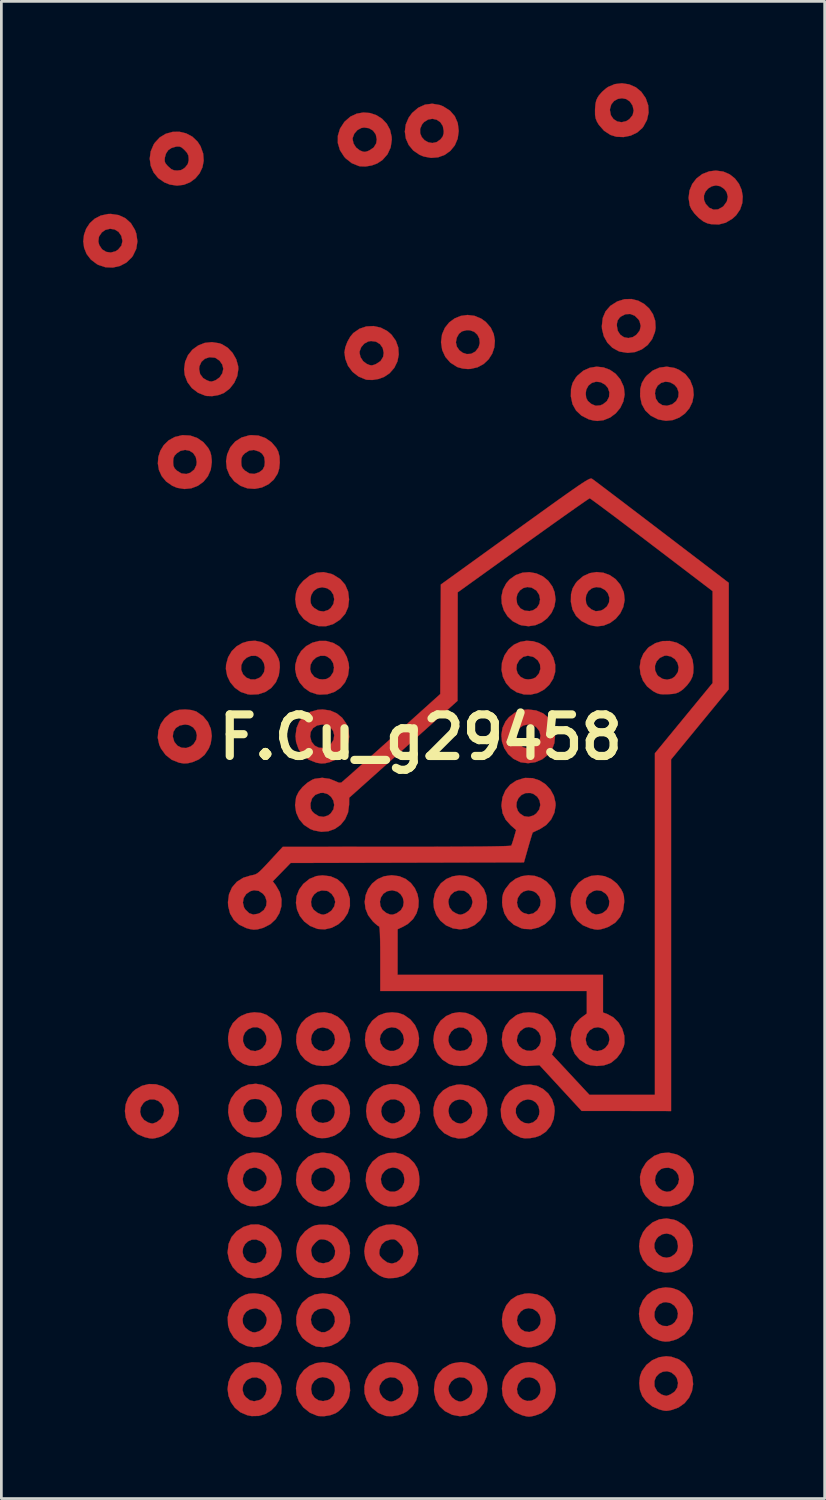
<source format=kicad_pcb>
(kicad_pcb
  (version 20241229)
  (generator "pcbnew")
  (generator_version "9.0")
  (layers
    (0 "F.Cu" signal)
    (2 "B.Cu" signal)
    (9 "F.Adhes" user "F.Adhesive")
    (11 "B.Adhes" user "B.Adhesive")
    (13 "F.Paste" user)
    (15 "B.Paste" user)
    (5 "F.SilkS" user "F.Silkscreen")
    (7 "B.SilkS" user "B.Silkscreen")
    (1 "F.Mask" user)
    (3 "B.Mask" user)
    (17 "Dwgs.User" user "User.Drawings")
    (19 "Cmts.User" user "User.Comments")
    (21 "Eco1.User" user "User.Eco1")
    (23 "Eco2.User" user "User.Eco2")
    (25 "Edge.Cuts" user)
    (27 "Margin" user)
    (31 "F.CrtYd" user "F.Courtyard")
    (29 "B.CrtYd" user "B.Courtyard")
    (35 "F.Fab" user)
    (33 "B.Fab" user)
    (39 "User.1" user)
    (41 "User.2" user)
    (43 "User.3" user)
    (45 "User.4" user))
  (footprint "F.Cu_g29458"
    (layer "F.Cu")
    (at 12.382 23.993)
    (property "Reference" "F.Cu_g29458" (at 0 0 0) (layer "F.SilkS") (effects (font (size 1.524 1.524) (thickness 0.3))))
    (attr through_hole)
    (fp_poly (pts (xy -11.079 -19.152) (xy -10.831 -19.037) (xy -10.629 -18.855) (xy -10.482 -18.612) (xy -10.431 -18.471) (xy -10.391 -18.188) (xy -10.433 -17.915) (xy -10.557 -17.658) (xy -10.597 -17.602) (xy -10.792 -17.413) (xy -11.03 -17.287) (xy -11.292 -17.228) (xy -11.562 -17.239) (xy -11.823 -17.325) (xy -11.877 -17.353) (xy -12.099 -17.522) (xy -12.255 -17.726) (xy -12.346 -17.953) (xy -12.376 -18.183) (xy -11.825 -18.183) (xy -11.79 -18.05) (xy -11.686 -17.896) (xy -11.539 -17.804) (xy -11.369 -17.778) (xy -11.196 -17.823) (xy -11.098 -17.887) (xy -10.977 -18.034) (xy -10.939 -18.202) (xy -10.982 -18.391) (xy -11.083 -18.538) (xy -11.228 -18.626) (xy -11.396 -18.651) (xy -11.565 -18.61) (xy -11.697 -18.517) (xy -11.802 -18.36) (xy -11.825 -18.183) (xy -12.376 -18.183) (xy -12.377 -18.192) (xy -12.35 -18.429) (xy -12.27 -18.654) (xy -12.138 -18.855) (xy -11.959 -19.019) (xy -11.735 -19.135) (xy -11.471 -19.191) (xy -11.368 -19.195) (xy -11.079 -19.152)) (stroke (width 0.01) (type solid)) (fill yes) (layer "F.Cu"))
    (fp_poly (pts (xy -5.85 10.117) (xy -5.652 10.189) (xy -5.416 10.357) (xy -5.243 10.57) (xy -5.135 10.814) (xy -5.096 11.075) (xy -5.128 11.339) (xy -5.234 11.593) (xy -5.331 11.732) (xy -5.522 11.899) (xy -5.759 12.011) (xy -6.021 12.064) (xy -6.285 12.051) (xy -6.498 11.986) (xy -6.74 11.833) (xy -6.917 11.627) (xy -7.027 11.375) (xy -7.055 11.158) (xy -6.518 11.158) (xy -6.454 11.319) (xy -6.396 11.391) (xy -6.24 11.493) (xy -6.066 11.518) (xy -5.891 11.466) (xy -5.804 11.406) (xy -5.695 11.269) (xy -5.652 11.112) (xy -5.669 10.954) (xy -5.737 10.812) (xy -5.849 10.702) (xy -5.996 10.641) (xy -6.153 10.643) (xy -6.325 10.714) (xy -6.447 10.836) (xy -6.513 10.991) (xy -6.518 11.158) (xy -7.055 11.158) (xy -7.065 11.082) (xy -7.062 10.988) (xy -7.011 10.718) (xy -6.891 10.492) (xy -6.698 10.301) (xy -6.589 10.227) (xy -6.361 10.13) (xy -6.105 10.093) (xy -5.85 10.117)) (stroke (width 0.01) (type solid)) (fill yes) (layer "F.Cu"))
    (fp_poly (pts (xy 0.701 -23.191) (xy 0.827 -23.141) (xy 1.074 -22.984) (xy 1.253 -22.779) (xy 1.361 -22.528) (xy 1.396 -22.237) (xy 1.357 -21.954) (xy 1.252 -21.709) (xy 1.09 -21.51) (xy 0.884 -21.362) (xy 0.644 -21.273) (xy 0.384 -21.251) (xy 0.113 -21.301) (xy -0.038 -21.363) (xy -0.27 -21.521) (xy -0.439 -21.725) (xy -0.543 -21.961) (xy -0.58 -22.216) (xy -0.567 -22.314) (xy -0.02 -22.314) (xy -0.019 -22.156) (xy 0.04 -22.014) (xy 0.143 -21.899) (xy 0.277 -21.823) (xy 0.428 -21.796) (xy 0.584 -21.829) (xy 0.723 -21.925) (xy 0.808 -22.032) (xy 0.843 -22.148) (xy 0.847 -22.237) (xy 0.812 -22.422) (xy 0.72 -22.562) (xy 0.588 -22.651) (xy 0.434 -22.685) (xy 0.274 -22.659) (xy 0.126 -22.566) (xy 0.05 -22.478) (xy -0.02 -22.314) (xy -0.567 -22.314) (xy -0.546 -22.476) (xy -0.439 -22.727) (xy -0.313 -22.899) (xy -0.09 -23.09) (xy 0.159 -23.204) (xy 0.426 -23.238) (xy 0.701 -23.191)) (stroke (width 0.01) (type solid)) (fill yes) (layer "F.Cu"))
    (fp_poly (pts (xy 4.121 -3.52) (xy 4.352 -3.448) (xy 4.561 -3.323) (xy 4.737 -3.147) (xy 4.866 -2.921) (xy 4.937 -2.657) (xy 4.934 -2.388) (xy 4.859 -2.141) (xy 4.721 -1.924) (xy 4.531 -1.748) (xy 4.302 -1.624) (xy 4.042 -1.562) (xy 3.789 -1.567) (xy 3.525 -1.646) (xy 3.305 -1.787) (xy 3.134 -1.98) (xy 3.019 -2.21) (xy 2.966 -2.465) (xy 2.968 -2.499) (xy 3.511 -2.499) (xy 3.557 -2.343) (xy 3.659 -2.216) (xy 3.809 -2.136) (xy 3.944 -2.118) (xy 4.1 -2.138) (xy 4.215 -2.19) (xy 4.218 -2.192) (xy 4.341 -2.337) (xy 4.393 -2.503) (xy 4.378 -2.671) (xy 4.297 -2.82) (xy 4.152 -2.933) (xy 4.12 -2.948) (xy 3.932 -2.989) (xy 3.764 -2.948) (xy 3.621 -2.83) (xy 3.53 -2.667) (xy 3.511 -2.499) (xy 2.968 -2.499) (xy 2.983 -2.733) (xy 3.074 -2.999) (xy 3.228 -3.228) (xy 3.422 -3.392) (xy 3.644 -3.494) (xy 3.881 -3.536) (xy 4.121 -3.52)) (stroke (width 0.01) (type solid)) (fill yes) (layer "F.Cu"))
    (fp_poly (pts (xy 4.271 20.443) (xy 4.519 20.552) (xy 4.72 20.722) (xy 4.863 20.945) (xy 4.941 21.213) (xy 4.953 21.376) (xy 4.916 21.672) (xy 4.81 21.926) (xy 4.637 22.13) (xy 4.401 22.279) (xy 4.257 22.332) (xy 4.082 22.376) (xy 3.941 22.387) (xy 3.792 22.365) (xy 3.747 22.355) (xy 3.483 22.251) (xy 3.267 22.086) (xy 3.107 21.874) (xy 3.009 21.626) (xy 2.986 21.397) (xy 3.531 21.397) (xy 3.573 21.564) (xy 3.675 21.714) (xy 3.819 21.801) (xy 3.986 21.824) (xy 4.157 21.777) (xy 4.285 21.687) (xy 4.383 21.54) (xy 4.41 21.37) (xy 4.366 21.2) (xy 4.279 21.079) (xy 4.126 20.978) (xy 3.956 20.947) (xy 3.789 20.987) (xy 3.673 21.071) (xy 3.561 21.232) (xy 3.531 21.397) (xy 2.986 21.397) (xy 2.982 21.357) (xy 3.022 21.115) (xy 3.14 20.844) (xy 3.314 20.635) (xy 3.54 20.491) (xy 3.814 20.416) (xy 3.982 20.405) (xy 4.271 20.443)) (stroke (width 0.01) (type solid)) (fill yes) (layer "F.Cu"))
    (fp_poly (pts (xy 9.294 17.703) (xy 9.421 17.753) (xy 9.668 17.91) (xy 9.847 18.115) (xy 9.955 18.366) (xy 9.99 18.657) (xy 9.951 18.94) (xy 9.845 19.185) (xy 9.683 19.384) (xy 9.477 19.532) (xy 9.238 19.621) (xy 8.977 19.643) (xy 8.706 19.593) (xy 8.556 19.531) (xy 8.324 19.373) (xy 8.154 19.169) (xy 8.05 18.933) (xy 8.014 18.678) (xy 8.027 18.58) (xy 8.574 18.58) (xy 8.575 18.738) (xy 8.633 18.88) (xy 8.736 18.995) (xy 8.87 19.071) (xy 9.022 19.098) (xy 9.178 19.065) (xy 9.317 18.969) (xy 9.402 18.862) (xy 9.436 18.746) (xy 9.44 18.657) (xy 9.406 18.472) (xy 9.314 18.332) (xy 9.182 18.243) (xy 9.027 18.209) (xy 8.867 18.235) (xy 8.719 18.328) (xy 8.644 18.416) (xy 8.574 18.58) (xy 8.027 18.58) (xy 8.048 18.418) (xy 8.154 18.167) (xy 8.281 17.995) (xy 8.504 17.804) (xy 8.753 17.69) (xy 9.02 17.656) (xy 9.294 17.703)) (stroke (width 0.01) (type solid)) (fill yes) (layer "F.Cu"))
    (fp_poly (pts (xy -5.953 -11.064) (xy -5.697 -10.974) (xy -5.472 -10.819) (xy -5.295 -10.61) (xy -5.223 -10.471) (xy -5.178 -10.289) (xy -5.168 -10.068) (xy -5.192 -9.847) (xy -5.245 -9.671) (xy -5.391 -9.445) (xy -5.59 -9.273) (xy -5.828 -9.159) (xy -6.088 -9.109) (xy -6.355 -9.128) (xy -6.604 -9.218) (xy -6.837 -9.385) (xy -7.007 -9.601) (xy -7.11 -9.852) (xy -7.136 -10.097) (xy -6.583 -10.097) (xy -6.573 -9.961) (xy -6.533 -9.867) (xy -6.445 -9.776) (xy -6.28 -9.674) (xy -6.103 -9.657) (xy -5.926 -9.716) (xy -5.796 -9.813) (xy -5.73 -9.948) (xy -5.715 -10.097) (xy -5.739 -10.276) (xy -5.817 -10.401) (xy -5.926 -10.477) (xy -6.115 -10.537) (xy -6.291 -10.514) (xy -6.445 -10.417) (xy -6.534 -10.324) (xy -6.574 -10.23) (xy -6.583 -10.097) (xy -7.136 -10.097) (xy -7.139 -10.126) (xy -7.098 -10.375) (xy -6.981 -10.638) (xy -6.802 -10.846) (xy -6.569 -10.993) (xy -6.29 -11.072) (xy -6.225 -11.08) (xy -5.953 -11.064)) (stroke (width 0.01) (type solid)) (fill yes) (layer "F.Cu"))
    (fp_poly (pts (xy -5.826 -3.486) (xy -5.603 -3.375) (xy -5.406 -3.199) (xy -5.293 -3.037) (xy -5.212 -2.875) (xy -5.174 -2.726) (xy -5.166 -2.561) (xy -5.204 -2.268) (xy -5.311 -2.014) (xy -5.478 -1.809) (xy -5.694 -1.66) (xy -5.951 -1.575) (xy -6.24 -1.561) (xy -6.35 -1.575) (xy -6.598 -1.658) (xy -6.812 -1.808) (xy -6.982 -2.009) (xy -7.097 -2.246) (xy -7.14 -2.476) (xy -6.586 -2.476) (xy -6.517 -2.306) (xy -6.395 -2.185) (xy -6.241 -2.12) (xy -6.073 -2.117) (xy -5.91 -2.182) (xy -5.839 -2.24) (xy -5.745 -2.387) (xy -5.718 -2.553) (xy -5.752 -2.719) (xy -5.84 -2.861) (xy -5.977 -2.96) (xy -6.05 -2.984) (xy -6.224 -2.983) (xy -6.381 -2.916) (xy -6.506 -2.798) (xy -6.579 -2.645) (xy -6.586 -2.476) (xy -7.14 -2.476) (xy -7.145 -2.503) (xy -7.138 -2.657) (xy -7.064 -2.929) (xy -6.932 -3.155) (xy -6.754 -3.331) (xy -6.542 -3.454) (xy -6.309 -3.523) (xy -6.066 -3.535) (xy -5.826 -3.486)) (stroke (width 0.01) (type solid)) (fill yes) (layer "F.Cu"))
    (fp_poly (pts (xy -5.693 17.956) (xy -5.459 18.109) (xy -5.268 18.323) (xy -5.148 18.568) (xy -5.1 18.829) (xy -5.125 19.092) (xy -5.223 19.344) (xy -5.392 19.567) (xy -5.602 19.722) (xy -5.85 19.82) (xy -6.115 19.855) (xy -6.371 19.824) (xy -6.477 19.787) (xy -6.711 19.642) (xy -6.897 19.44) (xy -7.023 19.197) (xy -7.079 18.931) (xy -7.08 18.891) (xy -6.533 18.891) (xy -6.493 19.049) (xy -6.384 19.196) (xy -6.37 19.209) (xy -6.222 19.286) (xy -6.05 19.302) (xy -5.886 19.255) (xy -5.832 19.221) (xy -5.708 19.078) (xy -5.653 18.912) (xy -5.666 18.743) (xy -5.747 18.591) (xy -5.857 18.497) (xy -6.03 18.43) (xy -6.192 18.434) (xy -6.333 18.495) (xy -6.444 18.601) (xy -6.514 18.738) (xy -6.533 18.891) (xy -7.08 18.891) (xy -7.08 18.884) (xy -7.045 18.59) (xy -6.937 18.338) (xy -6.757 18.131) (xy -6.506 17.97) (xy -6.498 17.966) (xy -6.225 17.88) (xy -5.954 17.877) (xy -5.693 17.956)) (stroke (width 0.01) (type solid)) (fill yes) (layer "F.Cu"))
    (fp_poly (pts (xy -3.467 -3.529) (xy -3.209 -3.458) (xy -2.987 -3.328) (xy -2.83 -3.162) (xy -2.71 -2.943) (xy -2.639 -2.699) (xy -2.626 -2.542) (xy -2.665 -2.258) (xy -2.774 -2.011) (xy -2.941 -1.809) (xy -3.159 -1.662) (xy -3.415 -1.576) (xy -3.7 -1.561) (xy -3.81 -1.575) (xy -4.058 -1.658) (xy -4.272 -1.808) (xy -4.442 -2.009) (xy -4.557 -2.246) (xy -4.604 -2.496) (xy -4.057 -2.496) (xy -4.017 -2.357) (xy -3.9 -2.21) (xy -3.734 -2.132) (xy -3.606 -2.118) (xy -3.464 -2.132) (xy -3.356 -2.188) (xy -3.299 -2.24) (xy -3.205 -2.387) (xy -3.178 -2.553) (xy -3.212 -2.719) (xy -3.3 -2.861) (xy -3.437 -2.96) (xy -3.51 -2.984) (xy -3.683 -2.984) (xy -3.838 -2.92) (xy -3.961 -2.805) (xy -4.038 -2.659) (xy -4.057 -2.496) (xy -4.604 -2.496) (xy -4.605 -2.503) (xy -4.598 -2.657) (xy -4.523 -2.93) (xy -4.385 -3.16) (xy -4.198 -3.34) (xy -3.974 -3.465) (xy -3.726 -3.53) (xy -3.467 -3.529)) (stroke (width 0.01) (type solid)) (fill yes) (layer "F.Cu"))
    (fp_poly (pts (xy -3.32 -0.978) (xy -3.078 -0.873) (xy -2.881 -0.712) (xy -2.735 -0.506) (xy -2.646 -0.268) (xy -2.623 -0.008) (xy -2.672 0.262) (xy -2.735 0.416) (xy -2.89 0.649) (xy -3.096 0.815) (xy -3.328 0.914) (xy -3.504 0.957) (xy -3.649 0.965) (xy -3.808 0.94) (xy -3.831 0.934) (xy -4.102 0.828) (xy -4.32 0.66) (xy -4.478 0.439) (xy -4.57 0.174) (xy -4.588 -0.022) (xy -4.056 -0.022) (xy -4.003 0.165) (xy -3.998 0.175) (xy -3.884 0.313) (xy -3.733 0.388) (xy -3.564 0.398) (xy -3.399 0.341) (xy -3.291 0.253) (xy -3.195 0.095) (xy -3.171 -0.071) (xy -3.211 -0.228) (xy -3.308 -0.357) (xy -3.455 -0.442) (xy -3.606 -0.465) (xy -3.8 -0.429) (xy -3.946 -0.334) (xy -4.034 -0.193) (xy -4.056 -0.022) (xy -4.588 -0.022) (xy -4.59 -0.042) (xy -4.553 -0.335) (xy -4.447 -0.585) (xy -4.278 -0.784) (xy -4.054 -0.925) (xy -3.781 -1.003) (xy -3.598 -1.016) (xy -3.32 -0.978)) (stroke (width 0.01) (type solid)) (fill yes) (layer "F.Cu"))
    (fp_poly (pts (xy -0.801 10.121) (xy -0.614 10.189) (xy -0.379 10.355) (xy -0.209 10.562) (xy -0.102 10.797) (xy -0.059 11.046) (xy -0.081 11.297) (xy -0.169 11.536) (xy -0.321 11.749) (xy -0.54 11.925) (xy -0.561 11.937) (xy -0.828 12.045) (xy -1.105 12.069) (xy -1.384 12.011) (xy -1.529 11.947) (xy -1.751 11.788) (xy -1.91 11.586) (xy -2.008 11.354) (xy -2.043 11.106) (xy -2.04 11.078) (xy -1.499 11.078) (xy -1.47 11.226) (xy -1.391 11.355) (xy -1.276 11.453) (xy -1.135 11.51) (xy -0.979 11.511) (xy -0.82 11.446) (xy -0.768 11.408) (xy -0.648 11.26) (xy -0.609 11.091) (xy -0.65 10.908) (xy -0.754 10.757) (xy -0.899 10.666) (xy -1.067 10.641) (xy -1.236 10.683) (xy -1.366 10.776) (xy -1.468 10.924) (xy -1.499 11.078) (xy -2.04 11.078) (xy -2.016 10.856) (xy -1.927 10.616) (xy -1.776 10.402) (xy -1.564 10.227) (xy -1.522 10.203) (xy -1.301 10.121) (xy -1.05 10.094) (xy -0.801 10.121)) (stroke (width 0.01) (type solid)) (fill yes) (layer "F.Cu"))
    (fp_poly (pts (xy 1.676 10.119) (xy 1.922 10.217) (xy 2.146 10.385) (xy 2.213 10.457) (xy 2.36 10.688) (xy 2.434 10.941) (xy 2.438 11.2) (xy 2.376 11.45) (xy 2.251 11.679) (xy 2.066 11.87) (xy 1.832 12.008) (xy 1.652 12.052) (xy 1.434 12.062) (xy 1.214 12.038) (xy 1.037 11.985) (xy 0.8 11.832) (xy 0.623 11.628) (xy 0.51 11.387) (xy 0.468 11.132) (xy 1.013 11.132) (xy 1.058 11.288) (xy 1.16 11.415) (xy 1.31 11.495) (xy 1.447 11.514) (xy 1.602 11.493) (xy 1.718 11.442) (xy 1.72 11.44) (xy 1.851 11.289) (xy 1.9 11.119) (xy 1.866 10.934) (xy 1.841 10.878) (xy 1.725 10.735) (xy 1.573 10.657) (xy 1.404 10.644) (xy 1.24 10.701) (xy 1.124 10.8) (xy 1.033 10.963) (xy 1.013 11.132) (xy 0.468 11.132) (xy 0.466 11.123) (xy 0.496 10.85) (xy 0.577 10.63) (xy 0.734 10.399) (xy 0.937 10.232) (xy 1.17 10.128) (xy 1.421 10.09) (xy 1.676 10.119)) (stroke (width 0.01) (type solid)) (fill yes) (layer "F.Cu"))
    (fp_poly (pts (xy 1.749 12.781) (xy 1.999 12.891) (xy 2.202 13.066) (xy 2.351 13.296) (xy 2.436 13.576) (xy 2.441 13.609) (xy 2.44 13.875) (xy 2.362 14.12) (xy 2.202 14.352) (xy 2.14 14.417) (xy 1.905 14.603) (xy 1.655 14.706) (xy 1.391 14.725) (xy 1.126 14.665) (xy 0.867 14.53) (xy 0.669 14.336) (xy 0.567 14.165) (xy 0.48 13.889) (xy 0.472 13.707) (xy 1.016 13.707) (xy 1.054 13.896) (xy 1.157 14.048) (xy 1.31 14.148) (xy 1.465 14.179) (xy 1.556 14.158) (xy 1.671 14.102) (xy 1.698 14.085) (xy 1.832 13.951) (xy 1.894 13.786) (xy 1.88 13.61) (xy 1.846 13.528) (xy 1.732 13.389) (xy 1.587 13.311) (xy 1.428 13.291) (xy 1.274 13.324) (xy 1.142 13.408) (xy 1.05 13.537) (xy 1.016 13.707) (xy 0.472 13.707) (xy 0.469 13.619) (xy 0.528 13.366) (xy 0.649 13.142) (xy 0.826 12.957) (xy 1.051 12.823) (xy 1.318 12.751) (xy 1.46 12.742) (xy 1.749 12.781)) (stroke (width 0.01) (type solid)) (fill yes) (layer "F.Cu"))
    (fp_poly (pts (xy 4.244 -6.007) (xy 4.477 -5.902) (xy 4.678 -5.74) (xy 4.833 -5.525) (xy 4.915 -5.317) (xy 4.948 -5.048) (xy 4.907 -4.793) (xy 4.802 -4.562) (xy 4.645 -4.365) (xy 4.445 -4.21) (xy 4.213 -4.109) (xy 3.959 -4.07) (xy 3.694 -4.104) (xy 3.625 -4.126) (xy 3.378 -4.254) (xy 3.186 -4.435) (xy 3.05 -4.655) (xy 2.975 -4.9) (xy 2.966 -5.092) (xy 3.512 -5.092) (xy 3.537 -4.912) (xy 3.559 -4.857) (xy 3.664 -4.721) (xy 3.817 -4.641) (xy 3.996 -4.625) (xy 4.125 -4.656) (xy 4.266 -4.749) (xy 4.353 -4.889) (xy 4.382 -5.053) (xy 4.35 -5.22) (xy 4.254 -5.368) (xy 4.234 -5.387) (xy 4.076 -5.484) (xy 3.916 -5.508) (xy 3.766 -5.471) (xy 3.639 -5.382) (xy 3.55 -5.252) (xy 3.512 -5.092) (xy 2.966 -5.092) (xy 2.963 -5.156) (xy 3.017 -5.409) (xy 3.14 -5.644) (xy 3.265 -5.787) (xy 3.489 -5.946) (xy 3.736 -6.034) (xy 3.992 -6.053) (xy 4.244 -6.007)) (stroke (width 0.01) (type solid)) (fill yes) (layer "F.Cu"))
    (fp_poly (pts (xy 4.267 12.794) (xy 4.494 12.908) (xy 4.683 13.076) (xy 4.824 13.292) (xy 4.903 13.549) (xy 4.916 13.712) (xy 4.88 14.004) (xy 4.772 14.26) (xy 4.598 14.47) (xy 4.392 14.61) (xy 4.221 14.673) (xy 4.02 14.71) (xy 3.825 14.717) (xy 3.683 14.695) (xy 3.413 14.568) (xy 3.197 14.389) (xy 3.042 14.169) (xy 2.954 13.919) (xy 2.947 13.787) (xy 3.489 13.787) (xy 3.55 13.943) (xy 3.66 14.069) (xy 3.804 14.151) (xy 3.965 14.176) (xy 4.12 14.134) (xy 4.267 14.017) (xy 4.345 13.852) (xy 4.359 13.723) (xy 4.325 13.543) (xy 4.23 13.405) (xy 4.094 13.317) (xy 3.932 13.288) (xy 3.764 13.326) (xy 3.649 13.398) (xy 3.557 13.497) (xy 3.499 13.601) (xy 3.495 13.614) (xy 3.489 13.787) (xy 2.947 13.787) (xy 2.939 13.651) (xy 2.979 13.45) (xy 3.094 13.191) (xy 3.265 12.991) (xy 3.478 12.853) (xy 3.748 12.76) (xy 4.015 12.743) (xy 4.267 12.794)) (stroke (width 0.01) (type solid)) (fill yes) (layer "F.Cu"))
    (fp_poly (pts (xy 11.101 -20.749) (xy 11.336 -20.648) (xy 11.53 -20.494) (xy 11.677 -20.3) (xy 11.774 -20.077) (xy 11.816 -19.837) (xy 11.799 -19.594) (xy 11.72 -19.359) (xy 11.573 -19.145) (xy 11.436 -19.02) (xy 11.192 -18.874) (xy 10.937 -18.808) (xy 10.659 -18.819) (xy 10.521 -18.849) (xy 10.368 -18.921) (xy 10.203 -19.048) (xy 10.049 -19.206) (xy 9.929 -19.374) (xy 9.873 -19.499) (xy 9.829 -19.782) (xy 9.84 -19.866) (xy 10.392 -19.866) (xy 10.396 -19.705) (xy 10.455 -19.567) (xy 10.586 -19.422) (xy 10.743 -19.353) (xy 10.91 -19.362) (xy 11.074 -19.451) (xy 11.117 -19.49) (xy 11.233 -19.654) (xy 11.269 -19.826) (xy 11.225 -19.993) (xy 11.137 -20.112) (xy 10.989 -20.211) (xy 10.833 -20.24) (xy 10.681 -20.209) (xy 10.548 -20.129) (xy 10.447 -20.011) (xy 10.392 -19.866) (xy 9.84 -19.866) (xy 9.862 -20.05) (xy 9.962 -20.293) (xy 10.121 -20.499) (xy 10.331 -20.657) (xy 10.583 -20.756) (xy 10.828 -20.785) (xy 11.101 -20.749)) (stroke (width 0.01) (type solid)) (fill yes) (layer "F.Cu"))
    (fp_poly (pts (xy -5.925 22.941) (xy -5.67 23.021) (xy -5.443 23.168) (xy -5.29 23.335) (xy -5.158 23.579) (xy -5.102 23.83) (xy -5.114 24.079) (xy -5.187 24.313) (xy -5.312 24.523) (xy -5.484 24.698) (xy -5.694 24.827) (xy -5.936 24.9) (xy -6.201 24.906) (xy -6.362 24.875) (xy -6.613 24.767) (xy -6.813 24.603) (xy -6.96 24.397) (xy -7.05 24.163) (xy -7.078 23.945) (xy -6.536 23.945) (xy -6.487 24.115) (xy -6.413 24.215) (xy -6.266 24.328) (xy -6.106 24.363) (xy -5.923 24.321) (xy -5.854 24.291) (xy -5.774 24.222) (xy -5.7 24.115) (xy -5.693 24.101) (xy -5.647 23.926) (xy -5.672 23.767) (xy -5.751 23.635) (xy -5.873 23.539) (xy -6.021 23.488) (xy -6.181 23.493) (xy -6.339 23.563) (xy -6.409 23.62) (xy -6.51 23.774) (xy -6.536 23.945) (xy -7.078 23.945) (xy -7.082 23.914) (xy -7.052 23.664) (xy -6.958 23.426) (xy -6.797 23.214) (xy -6.699 23.129) (xy -6.455 22.993) (xy -6.192 22.931) (xy -5.925 22.941)) (stroke (width 0.01) (type solid)) (fill yes) (layer "F.Cu"))
    (fp_poly (pts (xy -3.299 22.969) (xy -3.055 23.076) (xy -2.854 23.242) (xy -2.703 23.453) (xy -2.612 23.699) (xy -2.588 23.969) (xy -2.631 24.221) (xy -2.718 24.404) (xy -2.858 24.587) (xy -3.025 24.74) (xy -3.128 24.805) (xy -3.322 24.876) (xy -3.54 24.911) (xy -3.741 24.906) (xy -3.789 24.896) (xy -4.062 24.783) (xy -4.301 24.593) (xy -4.305 24.589) (xy -4.466 24.367) (xy -4.554 24.126) (xy -4.571 23.915) (xy -4.022 23.915) (xy -3.986 24.099) (xy -3.889 24.239) (xy -3.748 24.329) (xy -3.58 24.358) (xy -3.399 24.32) (xy -3.311 24.273) (xy -3.201 24.154) (xy -3.146 23.989) (xy -3.148 23.84) (xy -3.196 23.685) (xy -3.292 23.577) (xy -3.422 23.508) (xy -3.597 23.475) (xy -3.762 23.515) (xy -3.9 23.613) (xy -3.993 23.758) (xy -4.022 23.915) (xy -4.571 23.915) (xy -4.574 23.879) (xy -4.531 23.636) (xy -4.431 23.412) (xy -4.279 23.216) (xy -4.08 23.063) (xy -3.839 22.964) (xy -3.577 22.93) (xy -3.299 22.969)) (stroke (width 0.01) (type solid)) (fill yes) (layer "F.Cu"))
    (fp_poly (pts (xy -3.286 -5.992) (xy -3.194 -5.953) (xy -2.947 -5.797) (xy -2.769 -5.592) (xy -2.661 -5.34) (xy -2.626 -5.05) (xy -2.661 -4.768) (xy -2.766 -4.528) (xy -2.948 -4.32) (xy -2.965 -4.305) (xy -3.209 -4.148) (xy -3.474 -4.07) (xy -3.75 -4.074) (xy -4.027 -4.16) (xy -4.054 -4.173) (xy -4.285 -4.333) (xy -4.458 -4.545) (xy -4.565 -4.795) (xy -4.598 -5.052) (xy -4.043 -5.052) (xy -4.032 -4.917) (xy -3.987 -4.822) (xy -3.905 -4.738) (xy -3.736 -4.634) (xy -3.561 -4.61) (xy -3.393 -4.664) (xy -3.299 -4.738) (xy -3.201 -4.888) (xy -3.17 -5.058) (xy -3.202 -5.226) (xy -3.294 -5.369) (xy -3.43 -5.462) (xy -3.615 -5.499) (xy -3.786 -5.462) (xy -3.925 -5.363) (xy -4.016 -5.213) (xy -4.043 -5.052) (xy -4.598 -5.052) (xy -4.6 -5.068) (xy -4.572 -5.293) (xy -4.522 -5.445) (xy -4.442 -5.579) (xy -4.313 -5.727) (xy -4.302 -5.739) (xy -4.069 -5.927) (xy -3.821 -6.032) (xy -3.56 -6.054) (xy -3.286 -5.992)) (stroke (width 0.01) (type solid)) (fill yes) (layer "F.Cu"))
    (fp_poly (pts (xy -3.276 10.142) (xy -3.042 10.258) (xy -2.845 10.43) (xy -2.695 10.648) (xy -2.605 10.904) (xy -2.583 11.117) (xy -2.622 11.351) (xy -2.73 11.582) (xy -2.891 11.788) (xy -3.091 11.949) (xy -3.205 12.008) (xy -3.385 12.052) (xy -3.604 12.062) (xy -3.823 12.038) (xy -4 11.985) (xy -4.234 11.836) (xy -4.405 11.644) (xy -4.515 11.422) (xy -4.566 11.182) (xy -4.562 11.078) (xy -4.024 11.078) (xy -3.996 11.242) (xy -3.899 11.39) (xy -3.898 11.391) (xy -3.75 11.487) (xy -3.579 11.522) (xy -3.41 11.495) (xy -3.281 11.412) (xy -3.173 11.255) (xy -3.139 11.088) (xy -3.17 10.926) (xy -3.26 10.788) (xy -3.401 10.69) (xy -3.586 10.649) (xy -3.604 10.649) (xy -3.774 10.685) (xy -3.906 10.781) (xy -3.991 10.919) (xy -4.024 11.078) (xy -4.562 11.078) (xy -4.558 10.938) (xy -4.493 10.702) (xy -4.373 10.487) (xy -4.198 10.306) (xy -3.971 10.171) (xy -3.805 10.116) (xy -3.534 10.092) (xy -3.276 10.142)) (stroke (width 0.01) (type solid)) (fill yes) (layer "F.Cu"))
    (fp_poly (pts (xy -0.67 15.302) (xy -0.435 15.428) (xy -0.241 15.618) (xy -0.123 15.812) (xy -0.068 15.995) (xy -0.045 16.215) (xy -0.056 16.433) (xy -0.099 16.607) (xy -0.239 16.84) (xy -0.435 17.024) (xy -0.67 17.153) (xy -0.927 17.218) (xy -1.192 17.213) (xy -1.349 17.172) (xy -1.469 17.112) (xy -1.605 17.022) (xy -1.656 16.982) (xy -1.845 16.773) (xy -1.964 16.536) (xy -2.014 16.283) (xy -2.009 16.206) (xy -1.461 16.206) (xy -1.442 16.361) (xy -1.372 16.5) (xy -1.263 16.608) (xy -1.123 16.672) (xy -0.961 16.676) (xy -0.833 16.632) (xy -0.686 16.515) (xy -0.608 16.35) (xy -0.594 16.221) (xy -0.628 16.04) (xy -0.722 15.902) (xy -0.858 15.814) (xy -1.018 15.786) (xy -1.185 15.823) (xy -1.313 15.907) (xy -1.422 16.05) (xy -1.461 16.206) (xy -2.009 16.206) (xy -1.997 16.029) (xy -1.914 15.787) (xy -1.767 15.572) (xy -1.558 15.397) (xy -1.472 15.349) (xy -1.202 15.258) (xy -0.93 15.244) (xy -0.67 15.302)) (stroke (width 0.01) (type solid)) (fill yes) (layer "F.Cu"))
    (fp_poly (pts (xy 1.741 22.961) (xy 1.978 23.064) (xy 2.179 23.226) (xy 2.333 23.437) (xy 2.428 23.689) (xy 2.453 23.918) (xy 2.416 24.196) (xy 2.309 24.44) (xy 2.147 24.642) (xy 1.94 24.794) (xy 1.7 24.886) (xy 1.438 24.912) (xy 1.167 24.861) (xy 1.151 24.856) (xy 0.887 24.723) (xy 0.687 24.537) (xy 0.555 24.301) (xy 0.494 24.02) (xy 0.49 23.918) (xy 1.016 23.918) (xy 1.053 24.074) (xy 1.147 24.219) (xy 1.275 24.318) (xy 1.283 24.322) (xy 1.393 24.367) (xy 1.469 24.377) (xy 1.553 24.355) (xy 1.626 24.325) (xy 1.782 24.222) (xy 1.875 24.081) (xy 1.907 23.921) (xy 1.878 23.761) (xy 1.789 23.619) (xy 1.64 23.515) (xy 1.59 23.496) (xy 1.419 23.48) (xy 1.256 23.533) (xy 1.123 23.641) (xy 1.037 23.791) (xy 1.016 23.918) (xy 0.49 23.918) (xy 0.528 23.625) (xy 0.638 23.373) (xy 0.815 23.169) (xy 1.054 23.019) (xy 1.204 22.965) (xy 1.479 22.925) (xy 1.741 22.961)) (stroke (width 0.01) (type solid)) (fill yes) (layer "F.Cu"))
    (fp_poly (pts (xy 4.235 -0.98) (xy 4.489 -0.875) (xy 4.692 -0.71) (xy 4.836 -0.49) (xy 4.915 -0.222) (xy 4.929 -0.042) (xy 4.905 0.216) (xy 4.825 0.431) (xy 4.678 0.632) (xy 4.662 0.649) (xy 4.457 0.813) (xy 4.209 0.917) (xy 3.942 0.955) (xy 3.681 0.923) (xy 3.65 0.914) (xy 3.404 0.794) (xy 3.209 0.619) (xy 3.068 0.404) (xy 2.984 0.162) (xy 2.967 -0.034) (xy 3.508 -0.034) (xy 3.545 0.134) (xy 3.604 0.231) (xy 3.741 0.362) (xy 3.89 0.412) (xy 4.065 0.386) (xy 4.126 0.363) (xy 4.272 0.262) (xy 4.366 0.115) (xy 4.397 -0.054) (xy 4.358 -0.221) (xy 4.355 -0.225) (xy 4.238 -0.372) (xy 4.073 -0.451) (xy 3.944 -0.465) (xy 3.765 -0.43) (xy 3.627 -0.334) (xy 3.538 -0.196) (xy 3.508 -0.034) (xy 2.967 -0.034) (xy 2.962 -0.092) (xy 3.005 -0.344) (xy 3.116 -0.58) (xy 3.242 -0.735) (xy 3.459 -0.901) (xy 3.7 -0.993) (xy 3.937 -1.016) (xy 4.235 -0.98)) (stroke (width 0.01) (type solid)) (fill yes) (layer "F.Cu"))
    (fp_poly (pts (xy 7.98 -16.012) (xy 8.199 -15.893) (xy 8.384 -15.725) (xy 8.522 -15.517) (xy 8.604 -15.276) (xy 8.619 -15.013) (xy 8.595 -14.864) (xy 8.492 -14.602) (xy 8.328 -14.387) (xy 8.115 -14.227) (xy 7.867 -14.128) (xy 7.597 -14.098) (xy 7.317 -14.142) (xy 7.265 -14.159) (xy 7.035 -14.284) (xy 6.85 -14.472) (xy 6.719 -14.707) (xy 6.653 -14.975) (xy 6.647 -15.083) (xy 6.648 -15.091) (xy 7.197 -15.091) (xy 7.232 -14.904) (xy 7.325 -14.761) (xy 7.46 -14.671) (xy 7.619 -14.641) (xy 7.787 -14.678) (xy 7.917 -14.764) (xy 8.037 -14.918) (xy 8.074 -15.087) (xy 8.03 -15.261) (xy 7.993 -15.323) (xy 7.856 -15.46) (xy 7.69 -15.525) (xy 7.514 -15.516) (xy 7.347 -15.431) (xy 7.299 -15.388) (xy 7.228 -15.291) (xy 7.199 -15.166) (xy 7.197 -15.091) (xy 6.648 -15.091) (xy 6.68 -15.376) (xy 6.783 -15.621) (xy 6.958 -15.822) (xy 7.205 -15.98) (xy 7.218 -15.986) (xy 7.478 -16.067) (xy 7.736 -16.073) (xy 7.98 -16.012)) (stroke (width 0.01) (type solid)) (fill yes) (layer "F.Cu"))
    (fp_poly (pts (xy 9.311 -13.545) (xy 9.478 -13.477) (xy 9.713 -13.316) (xy 9.884 -13.099) (xy 9.99 -12.829) (xy 9.991 -12.825) (xy 10.017 -12.553) (xy 9.97 -12.297) (xy 9.86 -12.068) (xy 9.697 -11.875) (xy 9.492 -11.727) (xy 9.256 -11.634) (xy 9 -11.606) (xy 8.733 -11.652) (xy 8.702 -11.662) (xy 8.441 -11.795) (xy 8.242 -11.982) (xy 8.111 -12.217) (xy 8.052 -12.495) (xy 8.051 -12.506) (xy 8.053 -12.608) (xy 8.595 -12.608) (xy 8.63 -12.414) (xy 8.725 -12.268) (xy 8.865 -12.18) (xy 9.035 -12.157) (xy 9.22 -12.209) (xy 9.23 -12.214) (xy 9.373 -12.329) (xy 9.452 -12.482) (xy 9.464 -12.65) (xy 9.408 -12.814) (xy 9.309 -12.93) (xy 9.145 -13.022) (xy 8.977 -13.041) (xy 8.82 -12.996) (xy 8.693 -12.895) (xy 8.613 -12.744) (xy 8.595 -12.608) (xy 8.053 -12.608) (xy 8.056 -12.774) (xy 8.114 -12.994) (xy 8.232 -13.192) (xy 8.292 -13.262) (xy 8.512 -13.448) (xy 8.763 -13.558) (xy 9.033 -13.591) (xy 9.311 -13.545)) (stroke (width 0.01) (type solid)) (fill yes) (layer "F.Cu"))
    (fp_poly (pts (xy -8.453 -11.064) (xy -8.194 -10.974) (xy -7.968 -10.818) (xy -7.791 -10.607) (xy -7.721 -10.471) (xy -7.687 -10.348) (xy -7.666 -10.186) (xy -7.662 -10.09) (xy -7.7 -9.812) (xy -7.806 -9.57) (xy -7.967 -9.371) (xy -8.173 -9.222) (xy -8.41 -9.131) (xy -8.668 -9.104) (xy -8.935 -9.148) (xy -9.107 -9.22) (xy -9.336 -9.379) (xy -9.5 -9.577) (xy -9.601 -9.801) (xy -9.641 -10.039) (xy -9.637 -10.097) (xy -9.081 -10.097) (xy -9.071 -9.961) (xy -9.03 -9.867) (xy -8.942 -9.776) (xy -8.776 -9.675) (xy -8.598 -9.654) (xy -8.453 -9.699) (xy -8.305 -9.818) (xy -8.227 -9.983) (xy -8.215 -10.097) (xy -8.25 -10.28) (xy -8.345 -10.421) (xy -8.481 -10.509) (xy -8.642 -10.539) (xy -8.811 -10.503) (xy -8.942 -10.417) (xy -9.031 -10.324) (xy -9.071 -10.23) (xy -9.081 -10.097) (xy -9.637 -10.097) (xy -9.623 -10.279) (xy -9.549 -10.509) (xy -9.423 -10.715) (xy -9.246 -10.887) (xy -9.021 -11.012) (xy -8.75 -11.077) (xy -8.73 -11.079) (xy -8.453 -11.064)) (stroke (width 0.01) (type solid)) (fill yes) (layer "F.Cu"))
    (fp_poly (pts (xy -8.422 -0.996) (xy -8.244 -0.946) (xy -8.222 -0.935) (xy -7.982 -0.768) (xy -7.806 -0.555) (xy -7.698 -0.308) (xy -7.662 -0.04) (xy -7.702 0.236) (xy -7.773 0.416) (xy -7.928 0.649) (xy -8.134 0.815) (xy -8.366 0.914) (xy -8.541 0.957) (xy -8.686 0.965) (xy -8.845 0.94) (xy -8.869 0.934) (xy -9.134 0.828) (xy -9.356 0.652) (xy -9.527 0.416) (xy -9.589 0.279) (xy -9.644 0.025) (xy -9.64 -0.022) (xy -9.094 -0.022) (xy -9.04 0.165) (xy -9.035 0.175) (xy -8.922 0.313) (xy -8.77 0.388) (xy -8.602 0.398) (xy -8.437 0.341) (xy -8.329 0.253) (xy -8.232 0.095) (xy -8.208 -0.071) (xy -8.249 -0.228) (xy -8.346 -0.357) (xy -8.493 -0.442) (xy -8.643 -0.465) (xy -8.838 -0.429) (xy -8.984 -0.334) (xy -9.072 -0.193) (xy -9.094 -0.022) (xy -9.64 -0.022) (xy -9.623 -0.234) (xy -9.535 -0.481) (xy -9.386 -0.7) (xy -9.185 -0.876) (xy -9.029 -0.959) (xy -8.852 -1.004) (xy -8.637 -1.016) (xy -8.422 -0.996)) (stroke (width 0.01) (type solid)) (fill yes) (layer "F.Cu"))
    (fp_poly (pts (xy 1.973 -15.457) (xy 2.219 -15.356) (xy 2.389 -15.233) (xy 2.571 -15.025) (xy 2.68 -14.792) (xy 2.723 -14.547) (xy 2.703 -14.302) (xy 2.625 -14.07) (xy 2.494 -13.863) (xy 2.314 -13.692) (xy 2.091 -13.57) (xy 1.829 -13.51) (xy 1.726 -13.505) (xy 1.551 -13.522) (xy 1.382 -13.565) (xy 1.333 -13.584) (xy 1.09 -13.739) (xy 0.906 -13.95) (xy 0.79 -14.204) (xy 0.749 -14.484) (xy 1.292 -14.484) (xy 1.327 -14.328) (xy 1.416 -14.197) (xy 1.543 -14.101) (xy 1.693 -14.053) (xy 1.851 -14.063) (xy 2.001 -14.143) (xy 2.009 -14.15) (xy 2.124 -14.296) (xy 2.169 -14.458) (xy 2.153 -14.619) (xy 2.083 -14.762) (xy 1.965 -14.871) (xy 1.806 -14.928) (xy 1.681 -14.929) (xy 1.516 -14.887) (xy 1.404 -14.797) (xy 1.325 -14.654) (xy 1.292 -14.484) (xy 0.749 -14.484) (xy 0.748 -14.49) (xy 0.748 -14.499) (xy 0.785 -14.777) (xy 0.888 -15.016) (xy 1.045 -15.213) (xy 1.244 -15.36) (xy 1.473 -15.454) (xy 1.72 -15.488) (xy 1.973 -15.457)) (stroke (width 0.01) (type solid)) (fill yes) (layer "F.Cu"))
    (fp_poly (pts (xy 9.236 20.211) (xy 9.472 20.298) (xy 9.683 20.449) (xy 9.853 20.661) (xy 9.935 20.811) (xy 9.976 20.941) (xy 9.99 21.096) (xy 9.991 21.156) (xy 9.954 21.453) (xy 9.845 21.708) (xy 9.671 21.915) (xy 9.435 22.067) (xy 9.287 22.123) (xy 9.112 22.166) (xy 8.967 22.174) (xy 8.808 22.149) (xy 8.784 22.143) (xy 8.527 22.041) (xy 8.313 21.877) (xy 8.149 21.666) (xy 8.045 21.423) (xy 8.022 21.256) (xy 8.575 21.256) (xy 8.614 21.376) (xy 8.729 21.519) (xy 8.882 21.597) (xy 9.051 21.608) (xy 9.217 21.55) (xy 9.324 21.462) (xy 9.418 21.307) (xy 9.44 21.143) (xy 9.4 20.987) (xy 9.307 20.855) (xy 9.171 20.762) (xy 9.001 20.726) (xy 8.902 20.735) (xy 8.755 20.802) (xy 8.645 20.927) (xy 8.581 21.086) (xy 8.575 21.256) (xy 8.022 21.256) (xy 8.009 21.16) (xy 8.04 20.925) (xy 8.148 20.668) (xy 8.309 20.464) (xy 8.512 20.315) (xy 8.743 20.221) (xy 8.989 20.186) (xy 9.236 20.211)) (stroke (width 0.01) (type solid)) (fill yes) (layer "F.Cu"))
    (fp_poly (pts (xy -5.867 15.259) (xy -5.632 15.345) (xy -5.406 15.502) (xy -5.243 15.702) (xy -5.141 15.933) (xy -5.1 16.181) (xy -5.121 16.431) (xy -5.204 16.669) (xy -5.348 16.883) (xy -5.553 17.057) (xy -5.635 17.104) (xy -5.825 17.172) (xy -6.049 17.207) (xy -6.262 17.204) (xy -6.34 17.19) (xy -6.584 17.088) (xy -6.791 16.922) (xy -6.951 16.709) (xy -7.053 16.465) (xy -7.087 16.205) (xy -7.087 16.204) (xy -6.528 16.204) (xy -6.509 16.361) (xy -6.433 16.503) (xy -6.294 16.611) (xy -6.291 16.612) (xy -6.172 16.663) (xy -6.076 16.673) (xy -5.962 16.641) (xy -5.903 16.617) (xy -5.767 16.518) (xy -5.675 16.369) (xy -5.644 16.199) (xy -5.652 16.126) (xy -5.725 15.978) (xy -5.856 15.863) (xy -6.022 15.798) (xy -6.103 15.79) (xy -6.275 15.825) (xy -6.407 15.918) (xy -6.492 16.05) (xy -6.528 16.204) (xy -7.087 16.204) (xy -7.073 16.059) (xy -6.984 15.789) (xy -6.832 15.565) (xy -6.632 15.394) (xy -6.396 15.282) (xy -6.137 15.235) (xy -5.867 15.259)) (stroke (width 0.01) (type solid)) (fill yes) (layer "F.Cu"))
    (fp_poly (pts (xy -5.8 20.443) (xy -5.547 20.552) (xy -5.342 20.728) (xy -5.193 20.962) (xy -5.12 21.18) (xy -5.099 21.449) (xy -5.152 21.702) (xy -5.267 21.929) (xy -5.434 22.12) (xy -5.641 22.266) (xy -5.879 22.355) (xy -6.137 22.379) (xy -6.383 22.334) (xy -6.647 22.208) (xy -6.856 22.023) (xy -7.001 21.786) (xy -7.065 21.574) (xy -7.075 21.359) (xy -6.534 21.359) (xy -6.516 21.516) (xy -6.436 21.66) (xy -6.289 21.776) (xy -6.286 21.777) (xy -6.172 21.828) (xy -6.078 21.838) (xy -5.965 21.807) (xy -5.903 21.782) (xy -5.77 21.686) (xy -5.678 21.542) (xy -5.643 21.38) (xy -5.651 21.298) (xy -5.731 21.132) (xy -5.866 21.012) (xy -6.034 20.957) (xy -6.073 20.955) (xy -6.26 20.989) (xy -6.402 21.079) (xy -6.495 21.208) (xy -6.534 21.359) (xy -7.075 21.359) (xy -7.079 21.284) (xy -7.015 21.015) (xy -6.877 20.777) (xy -6.671 20.583) (xy -6.585 20.528) (xy -6.439 20.455) (xy -6.303 20.418) (xy -6.134 20.405) (xy -6.092 20.405) (xy -5.8 20.443)) (stroke (width 0.01) (type solid)) (fill yes) (layer "F.Cu"))
    (fp_poly (pts (xy -5.797 12.756) (xy -5.534 12.874) (xy -5.325 13.054) (xy -5.176 13.287) (xy -5.097 13.563) (xy -5.093 13.59) (xy -5.1 13.871) (xy -5.183 14.134) (xy -5.333 14.363) (xy -5.542 14.544) (xy -5.644 14.601) (xy -5.865 14.67) (xy -6.118 14.688) (xy -6.365 14.656) (xy -6.501 14.61) (xy -6.726 14.464) (xy -6.899 14.264) (xy -7.012 14.026) (xy -7.062 13.766) (xy -7.056 13.676) (xy -6.519 13.676) (xy -6.493 13.829) (xy -6.427 13.976) (xy -6.337 14.081) (xy -6.318 14.094) (xy -6.206 14.127) (xy -6.056 14.136) (xy -5.911 14.12) (xy -5.84 14.096) (xy -5.763 14.028) (xy -5.694 13.929) (xy -5.634 13.739) (xy -5.657 13.563) (xy -5.754 13.41) (xy -5.847 13.321) (xy -5.941 13.281) (xy -6.075 13.271) (xy -6.21 13.281) (xy -6.304 13.322) (xy -6.396 13.41) (xy -6.493 13.559) (xy -6.519 13.676) (xy -7.056 13.676) (xy -7.043 13.5) (xy -6.953 13.25) (xy -6.786 13.017) (xy -6.57 12.847) (xy -6.319 12.744) (xy -6.045 12.716) (xy -5.797 12.756)) (stroke (width 0.01) (type solid)) (fill yes) (layer "F.Cu"))
    (fp_poly (pts (xy -3.307 5.105) (xy -3.056 5.213) (xy -2.848 5.393) (xy -2.687 5.643) (xy -2.683 5.652) (xy -2.597 5.924) (xy -2.595 6.196) (xy -2.674 6.457) (xy -2.827 6.69) (xy -3.028 6.87) (xy -3.265 6.993) (xy -3.517 7.051) (xy -3.764 7.037) (xy -3.789 7.032) (xy -4.054 6.926) (xy -4.269 6.765) (xy -4.43 6.563) (xy -4.533 6.331) (xy -4.575 6.082) (xy -4.571 6.042) (xy -4.023 6.042) (xy -4.006 6.192) (xy -3.93 6.329) (xy -3.79 6.44) (xy -3.752 6.459) (xy -3.644 6.502) (xy -3.569 6.513) (xy -3.484 6.49) (xy -3.409 6.459) (xy -3.27 6.36) (xy -3.171 6.211) (xy -3.133 6.045) (xy -3.133 6.045) (xy -3.169 5.896) (xy -3.261 5.756) (xy -3.386 5.659) (xy -3.438 5.639) (xy -3.625 5.623) (xy -3.783 5.67) (xy -3.906 5.766) (xy -3.988 5.895) (xy -4.023 6.042) (xy -4.571 6.042) (xy -4.551 5.83) (xy -4.456 5.587) (xy -4.305 5.383) (xy -4.08 5.2) (xy -3.83 5.097) (xy -3.602 5.07) (xy -3.307 5.105)) (stroke (width 0.01) (type solid)) (fill yes) (layer "F.Cu"))
    (fp_poly (pts (xy -3.299 12.765) (xy -3.061 12.87) (xy -2.851 13.052) (xy -2.827 13.079) (xy -2.676 13.313) (xy -2.6 13.563) (xy -2.593 13.817) (xy -2.651 14.062) (xy -2.768 14.285) (xy -2.939 14.474) (xy -3.158 14.615) (xy -3.422 14.697) (xy -3.472 14.704) (xy -3.622 14.711) (xy -3.759 14.7) (xy -3.789 14.694) (xy -4.062 14.581) (xy -4.301 14.391) (xy -4.305 14.386) (xy -4.467 14.164) (xy -4.555 13.923) (xy -4.572 13.712) (xy -4.022 13.712) (xy -3.986 13.896) (xy -3.89 14.037) (xy -3.75 14.126) (xy -3.584 14.156) (xy -3.408 14.119) (xy -3.302 14.059) (xy -3.194 13.933) (xy -3.146 13.769) (xy -3.163 13.591) (xy -3.189 13.523) (xy -3.296 13.379) (xy -3.437 13.298) (xy -3.594 13.276) (xy -3.749 13.309) (xy -3.883 13.392) (xy -3.98 13.522) (xy -4.021 13.694) (xy -4.022 13.712) (xy -4.572 13.712) (xy -4.575 13.676) (xy -4.532 13.434) (xy -4.432 13.21) (xy -4.279 13.016) (xy -4.079 12.863) (xy -3.838 12.764) (xy -3.577 12.732) (xy -3.299 12.765)) (stroke (width 0.01) (type solid)) (fill yes) (layer "F.Cu"))
    (fp_poly (pts (xy -1.465 -15.024) (xy -1.222 -14.897) (xy -1.071 -14.767) (xy -0.911 -14.544) (xy -0.822 -14.296) (xy -0.804 -14.038) (xy -0.852 -13.784) (xy -0.966 -13.55) (xy -1.141 -13.349) (xy -1.34 -13.216) (xy -1.542 -13.141) (xy -1.765 -13.104) (xy -1.968 -13.11) (xy -2.011 -13.119) (xy -2.277 -13.228) (xy -2.499 -13.401) (xy -2.665 -13.624) (xy -2.766 -13.886) (xy -2.792 -14.105) (xy -2.244 -14.105) (xy -2.207 -13.943) (xy -2.112 -13.795) (xy -1.98 -13.695) (xy -1.976 -13.693) (xy -1.866 -13.649) (xy -1.791 -13.638) (xy -1.707 -13.661) (xy -1.634 -13.69) (xy -1.471 -13.798) (xy -1.377 -13.951) (xy -1.355 -14.097) (xy -1.392 -14.279) (xy -1.493 -14.42) (xy -1.641 -14.509) (xy -1.82 -14.533) (xy -1.923 -14.516) (xy -2.069 -14.437) (xy -2.182 -14.306) (xy -2.24 -14.15) (xy -2.244 -14.105) (xy -2.792 -14.105) (xy -2.794 -14.123) (xy -2.764 -14.302) (xy -2.688 -14.504) (xy -2.581 -14.693) (xy -2.471 -14.825) (xy -2.246 -14.982) (xy -1.993 -15.067) (xy -1.727 -15.081) (xy -1.465 -15.024)) (stroke (width 0.01) (type solid)) (fill yes) (layer "F.Cu"))
    (fp_poly (pts (xy -0.861 12.735) (xy -0.615 12.809) (xy -0.395 12.943) (xy -0.213 13.134) (xy -0.083 13.375) (xy -0.04 13.521) (xy -0.021 13.788) (xy -0.077 14.047) (xy -0.2 14.282) (xy -0.38 14.479) (xy -0.607 14.622) (xy -0.723 14.666) (xy -0.877 14.708) (xy -0.99 14.725) (xy -1.101 14.715) (xy -1.247 14.681) (xy -1.282 14.672) (xy -1.533 14.565) (xy -1.732 14.403) (xy -1.879 14.198) (xy -1.97 13.964) (xy -1.999 13.733) (xy -1.452 13.733) (xy -1.413 13.899) (xy -1.314 14.043) (xy -1.164 14.141) (xy -1.052 14.174) (xy -0.947 14.164) (xy -0.825 14.115) (xy -0.696 14.018) (xy -0.614 13.901) (xy -0.568 13.725) (xy -0.592 13.566) (xy -0.671 13.433) (xy -0.792 13.336) (xy -0.94 13.286) (xy -1.1 13.29) (xy -1.259 13.36) (xy -1.329 13.418) (xy -1.425 13.566) (xy -1.452 13.733) (xy -1.999 13.733) (xy -2.002 13.715) (xy -1.973 13.465) (xy -1.88 13.227) (xy -1.721 13.016) (xy -1.619 12.927) (xy -1.375 12.789) (xy -1.118 12.726) (xy -0.861 12.735)) (stroke (width 0.01) (type solid)) (fill yes) (layer "F.Cu"))
    (fp_poly (pts (xy 1.675 5.096) (xy 1.914 5.185) (xy 2.128 5.336) (xy 2.303 5.548) (xy 2.328 5.59) (xy 2.404 5.794) (xy 2.436 6.03) (xy 2.421 6.266) (xy 2.359 6.468) (xy 2.354 6.477) (xy 2.184 6.72) (xy 1.969 6.901) (xy 1.72 7.013) (xy 1.448 7.051) (xy 1.183 7.014) (xy 0.929 6.903) (xy 0.724 6.733) (xy 0.575 6.518) (xy 0.488 6.271) (xy 0.471 6.054) (xy 1.016 6.054) (xy 1.054 6.24) (xy 1.164 6.384) (xy 1.286 6.459) (xy 1.394 6.502) (xy 1.469 6.513) (xy 1.553 6.49) (xy 1.628 6.459) (xy 1.768 6.36) (xy 1.867 6.211) (xy 1.905 6.045) (xy 1.905 6.045) (xy 1.866 5.888) (xy 1.767 5.747) (xy 1.627 5.65) (xy 1.584 5.635) (xy 1.395 5.62) (xy 1.228 5.676) (xy 1.1 5.791) (xy 1.027 5.953) (xy 1.016 6.054) (xy 0.471 6.054) (xy 0.467 6.006) (xy 0.518 5.736) (xy 0.584 5.583) (xy 0.742 5.361) (xy 0.945 5.202) (xy 1.177 5.104) (xy 1.425 5.069) (xy 1.675 5.096)) (stroke (width 0.01) (type solid)) (fill yes) (layer "F.Cu"))
    (fp_poly (pts (xy 4.191 5.09) (xy 4.416 5.169) (xy 4.616 5.298) (xy 4.78 5.476) (xy 4.895 5.7) (xy 4.95 5.965) (xy 4.953 6.044) (xy 4.944 6.211) (xy 4.92 6.365) (xy 4.896 6.447) (xy 4.756 6.677) (xy 4.559 6.859) (xy 4.321 6.984) (xy 4.06 7.045) (xy 3.792 7.034) (xy 3.683 7.006) (xy 3.418 6.881) (xy 3.212 6.698) (xy 3.07 6.464) (xy 2.998 6.187) (xy 2.99 6.07) (xy 3.532 6.07) (xy 3.569 6.237) (xy 3.672 6.379) (xy 3.773 6.449) (xy 3.955 6.501) (xy 4.126 6.469) (xy 4.281 6.355) (xy 4.286 6.349) (xy 4.382 6.189) (xy 4.405 6.017) (xy 4.357 5.853) (xy 4.245 5.718) (xy 4.133 5.651) (xy 3.948 5.614) (xy 3.776 5.661) (xy 3.666 5.744) (xy 3.563 5.899) (xy 3.532 6.07) (xy 2.99 6.07) (xy 2.989 6.051) (xy 2.996 5.872) (xy 3.026 5.737) (xy 3.088 5.604) (xy 3.106 5.573) (xy 3.278 5.35) (xy 3.484 5.193) (xy 3.713 5.099) (xy 3.952 5.066) (xy 4.191 5.09)) (stroke (width 0.01) (type solid)) (fill yes) (layer "F.Cu"))
    (fp_poly (pts (xy 4.207 22.955) (xy 4.445 23.046) (xy 4.655 23.201) (xy 4.825 23.421) (xy 4.93 23.681) (xy 4.959 23.947) (xy 4.918 24.205) (xy 4.813 24.443) (xy 4.649 24.645) (xy 4.432 24.8) (xy 4.191 24.889) (xy 4.061 24.917) (xy 3.972 24.927) (xy 3.885 24.917) (xy 3.763 24.888) (xy 3.718 24.875) (xy 3.455 24.762) (xy 3.236 24.578) (xy 3.104 24.396) (xy 3.01 24.157) (xy 2.984 23.912) (xy 3.53 23.912) (xy 3.553 24.071) (xy 3.632 24.204) (xy 3.752 24.301) (xy 3.898 24.351) (xy 4.056 24.346) (xy 4.211 24.276) (xy 4.286 24.21) (xy 4.375 24.08) (xy 4.403 23.928) (xy 4.403 23.918) (xy 4.368 23.739) (xy 4.277 23.604) (xy 4.146 23.517) (xy 3.994 23.481) (xy 3.837 23.5) (xy 3.695 23.579) (xy 3.583 23.721) (xy 3.576 23.736) (xy 3.53 23.912) (xy 2.984 23.912) (xy 2.982 23.893) (xy 3.02 23.632) (xy 3.092 23.454) (xy 3.26 23.228) (xy 3.469 23.064) (xy 3.706 22.964) (xy 3.957 22.928) (xy 4.207 22.955)) (stroke (width 0.01) (type solid)) (fill yes) (layer "F.Cu"))
    (fp_poly (pts (xy 6.705 -13.565) (xy 6.942 -13.477) (xy 7.152 -13.331) (xy 7.323 -13.129) (xy 7.441 -12.875) (xy 7.457 -12.821) (xy 7.483 -12.564) (xy 7.435 -12.313) (xy 7.324 -12.081) (xy 7.159 -11.881) (xy 6.951 -11.726) (xy 6.711 -11.629) (xy 6.48 -11.601) (xy 6.337 -11.618) (xy 6.183 -11.655) (xy 6.162 -11.662) (xy 5.901 -11.795) (xy 5.702 -11.982) (xy 5.571 -12.217) (xy 5.512 -12.495) (xy 5.511 -12.506) (xy 5.513 -12.608) (xy 6.055 -12.608) (xy 6.072 -12.449) (xy 6.133 -12.333) (xy 6.256 -12.228) (xy 6.264 -12.222) (xy 6.421 -12.157) (xy 6.591 -12.172) (xy 6.69 -12.214) (xy 6.833 -12.329) (xy 6.912 -12.482) (xy 6.924 -12.65) (xy 6.868 -12.814) (xy 6.769 -12.93) (xy 6.605 -13.022) (xy 6.437 -13.041) (xy 6.28 -12.997) (xy 6.154 -12.895) (xy 6.074 -12.745) (xy 6.055 -12.608) (xy 5.513 -12.608) (xy 5.516 -12.774) (xy 5.574 -12.994) (xy 5.692 -13.192) (xy 5.752 -13.262) (xy 5.965 -13.443) (xy 6.204 -13.551) (xy 6.455 -13.591) (xy 6.705 -13.565)) (stroke (width 0.01) (type solid)) (fill yes) (layer "F.Cu"))
    (fp_poly (pts (xy 6.706 -6.031) (xy 6.942 -5.943) (xy 7.153 -5.796) (xy 7.323 -5.594) (xy 7.442 -5.339) (xy 7.457 -5.285) (xy 7.483 -5.028) (xy 7.435 -4.777) (xy 7.324 -4.545) (xy 7.159 -4.346) (xy 6.951 -4.191) (xy 6.711 -4.093) (xy 6.48 -4.066) (xy 6.337 -4.082) (xy 6.183 -4.12) (xy 6.162 -4.127) (xy 5.901 -4.26) (xy 5.702 -4.447) (xy 5.571 -4.682) (xy 5.512 -4.959) (xy 5.511 -4.971) (xy 5.513 -5.073) (xy 6.055 -5.073) (xy 6.072 -4.913) (xy 6.133 -4.798) (xy 6.256 -4.692) (xy 6.264 -4.686) (xy 6.421 -4.621) (xy 6.591 -4.637) (xy 6.69 -4.679) (xy 6.833 -4.794) (xy 6.912 -4.947) (xy 6.924 -5.115) (xy 6.868 -5.279) (xy 6.769 -5.395) (xy 6.605 -5.487) (xy 6.437 -5.506) (xy 6.28 -5.461) (xy 6.154 -5.36) (xy 6.074 -5.21) (xy 6.055 -5.073) (xy 5.513 -5.073) (xy 5.516 -5.239) (xy 5.574 -5.459) (xy 5.692 -5.656) (xy 5.752 -5.727) (xy 5.965 -5.908) (xy 6.204 -6.017) (xy 6.455 -6.057) (xy 6.706 -6.031)) (stroke (width 0.01) (type solid)) (fill yes) (layer "F.Cu"))
    (fp_poly (pts (xy 9.381 15.306) (xy 9.463 15.34) (xy 9.696 15.488) (xy 9.866 15.678) (xy 9.974 15.896) (xy 10.023 16.131) (xy 10.016 16.37) (xy 9.954 16.601) (xy 9.84 16.812) (xy 9.677 16.991) (xy 9.465 17.125) (xy 9.209 17.202) (xy 9.116 17.213) (xy 8.903 17.211) (xy 8.725 17.177) (xy 8.71 17.172) (xy 8.452 17.034) (xy 8.252 16.833) (xy 8.154 16.672) (xy 8.059 16.396) (xy 8.053 16.258) (xy 8.594 16.258) (xy 8.632 16.404) (xy 8.731 16.537) (xy 8.869 16.636) (xy 9.023 16.679) (xy 9.038 16.679) (xy 9.162 16.662) (xy 9.272 16.597) (xy 9.339 16.535) (xy 9.446 16.381) (xy 9.481 16.221) (xy 9.454 16.069) (xy 9.374 15.938) (xy 9.251 15.842) (xy 9.095 15.794) (xy 8.917 15.808) (xy 8.825 15.841) (xy 8.703 15.94) (xy 8.621 16.093) (xy 8.594 16.258) (xy 8.053 16.258) (xy 8.047 16.121) (xy 8.116 15.858) (xy 8.265 15.616) (xy 8.338 15.535) (xy 8.57 15.359) (xy 8.828 15.261) (xy 9.101 15.242) (xy 9.381 15.306)) (stroke (width 0.01) (type solid)) (fill yes) (layer "F.Cu"))
    (fp_poly (pts (xy -9.708 12.735) (xy -9.463 12.809) (xy -9.243 12.943) (xy -9.061 13.134) (xy -8.931 13.375) (xy -8.887 13.521) (xy -8.868 13.788) (xy -8.925 14.047) (xy -9.048 14.282) (xy -9.227 14.479) (xy -9.455 14.622) (xy -9.571 14.666) (xy -9.725 14.708) (xy -9.838 14.725) (xy -9.949 14.715) (xy -10.094 14.681) (xy -10.13 14.672) (xy -10.38 14.565) (xy -10.58 14.403) (xy -10.727 14.198) (xy -10.817 13.964) (xy -10.845 13.749) (xy -10.294 13.749) (xy -10.251 13.909) (xy -10.147 14.045) (xy -9.988 14.141) (xy -9.849 14.177) (xy -9.79 14.163) (xy -9.691 14.124) (xy -9.672 14.115) (xy -9.538 14.011) (xy -9.446 13.864) (xy -9.412 13.701) (xy -9.419 13.632) (xy -9.493 13.465) (xy -9.617 13.349) (xy -9.773 13.289) (xy -9.94 13.29) (xy -10.099 13.359) (xy -10.171 13.422) (xy -10.27 13.581) (xy -10.294 13.749) (xy -10.845 13.749) (xy -10.849 13.715) (xy -10.82 13.465) (xy -10.728 13.227) (xy -10.568 13.016) (xy -10.466 12.927) (xy -10.223 12.789) (xy -9.966 12.726) (xy -9.708 12.735)) (stroke (width 0.01) (type solid)) (fill yes) (layer "F.Cu"))
    (fp_poly (pts (xy -7.386 -14.449) (xy -7.291 -14.415) (xy -7.078 -14.285) (xy -6.898 -14.094) (xy -6.766 -13.863) (xy -6.696 -13.613) (xy -6.689 -13.504) (xy -6.728 -13.248) (xy -6.838 -13.002) (xy -7.004 -12.788) (xy -7.212 -12.63) (xy -7.234 -12.618) (xy -7.429 -12.547) (xy -7.647 -12.511) (xy -7.847 -12.517) (xy -7.895 -12.526) (xy -8.168 -12.635) (xy -8.391 -12.805) (xy -8.555 -13.023) (xy -8.653 -13.28) (xy -8.677 -13.495) (xy -8.676 -13.504) (xy -8.128 -13.504) (xy -8.09 -13.318) (xy -7.98 -13.174) (xy -7.858 -13.099) (xy -7.75 -13.056) (xy -7.675 -13.045) (xy -7.591 -13.068) (xy -7.516 -13.099) (xy -7.376 -13.198) (xy -7.277 -13.347) (xy -7.239 -13.513) (xy -7.239 -13.513) (xy -7.278 -13.67) (xy -7.377 -13.811) (xy -7.517 -13.908) (xy -7.56 -13.923) (xy -7.749 -13.938) (xy -7.916 -13.882) (xy -8.044 -13.767) (xy -8.117 -13.605) (xy -8.128 -13.504) (xy -8.676 -13.504) (xy -8.64 -13.772) (xy -8.534 -14.015) (xy -8.372 -14.216) (xy -8.163 -14.368) (xy -7.922 -14.463) (xy -7.659 -14.492) (xy -7.386 -14.449)) (stroke (width 0.01) (type solid)) (fill yes) (layer "F.Cu"))
    (fp_poly (pts (xy -3.291 15.28) (xy -3.043 15.386) (xy -2.842 15.55) (xy -2.694 15.763) (xy -2.607 16.014) (xy -2.589 16.293) (xy -2.629 16.531) (xy -2.708 16.697) (xy -2.844 16.867) (xy -3.013 17.021) (xy -3.194 17.135) (xy -3.313 17.18) (xy -3.497 17.218) (xy -3.65 17.221) (xy -3.816 17.188) (xy -3.898 17.164) (xy -4.124 17.053) (xy -4.319 16.878) (xy -4.466 16.659) (xy -4.554 16.416) (xy -4.571 16.256) (xy -4.568 16.227) (xy -4.023 16.227) (xy -3.988 16.389) (xy -3.898 16.529) (xy -3.761 16.631) (xy -3.585 16.676) (xy -3.573 16.677) (xy -3.481 16.655) (xy -3.367 16.599) (xy -3.341 16.583) (xy -3.21 16.449) (xy -3.144 16.28) (xy -3.15 16.107) (xy -3.228 15.948) (xy -3.358 15.84) (xy -3.518 15.787) (xy -3.688 15.796) (xy -3.847 15.87) (xy -3.898 15.914) (xy -3.996 16.063) (xy -4.023 16.227) (xy -4.568 16.227) (xy -4.546 15.991) (xy -4.463 15.768) (xy -4.331 15.581) (xy -4.129 15.395) (xy -3.898 15.285) (xy -3.625 15.243) (xy -3.577 15.242) (xy -3.291 15.28)) (stroke (width 0.01) (type solid)) (fill yes) (layer "F.Cu"))
    (fp_poly (pts (xy -1.856 -22.896) (xy -1.624 -22.818) (xy -1.417 -22.687) (xy -1.246 -22.507) (xy -1.124 -22.284) (xy -1.064 -22.022) (xy -1.059 -21.919) (xy -1.1 -21.636) (xy -1.216 -21.384) (xy -1.399 -21.176) (xy -1.594 -21.047) (xy -1.796 -20.973) (xy -2.019 -20.936) (xy -2.222 -20.942) (xy -2.265 -20.951) (xy -2.528 -21.057) (xy -2.753 -21.236) (xy -2.804 -21.292) (xy -2.96 -21.534) (xy -3.038 -21.795) (xy -3.037 -21.937) (xy -2.498 -21.937) (xy -2.461 -21.775) (xy -2.366 -21.627) (xy -2.234 -21.527) (xy -2.23 -21.525) (xy -2.12 -21.48) (xy -2.045 -21.47) (xy -1.961 -21.492) (xy -1.888 -21.522) (xy -1.725 -21.629) (xy -1.631 -21.783) (xy -1.609 -21.929) (xy -1.646 -22.11) (xy -1.747 -22.252) (xy -1.895 -22.34) (xy -2.074 -22.365) (xy -2.177 -22.348) (xy -2.323 -22.269) (xy -2.436 -22.137) (xy -2.494 -21.982) (xy -2.498 -21.937) (xy -3.037 -21.937) (xy -3.037 -22.062) (xy -2.958 -22.324) (xy -2.8 -22.568) (xy -2.787 -22.582) (xy -2.579 -22.764) (xy -2.346 -22.873) (xy -2.101 -22.916) (xy -1.856 -22.896)) (stroke (width 0.01) (type solid)) (fill yes) (layer "F.Cu"))
    (fp_poly (pts (xy -0.804 22.966) (xy -0.568 23.065) (xy -0.376 23.216) (xy -0.229 23.407) (xy -0.132 23.625) (xy -0.087 23.86) (xy -0.097 24.098) (xy -0.165 24.329) (xy -0.294 24.54) (xy -0.486 24.719) (xy -0.62 24.8) (xy -0.823 24.874) (xy -1.045 24.911) (xy -1.248 24.905) (xy -1.291 24.896) (xy -1.555 24.79) (xy -1.779 24.611) (xy -1.83 24.555) (xy -1.981 24.321) (xy -2.058 24.073) (xy -2.062 23.918) (xy -1.524 23.918) (xy -1.487 24.074) (xy -1.393 24.219) (xy -1.265 24.318) (xy -1.257 24.322) (xy -1.147 24.367) (xy -1.071 24.377) (xy -0.987 24.355) (xy -0.914 24.325) (xy -0.758 24.222) (xy -0.665 24.081) (xy -0.633 23.921) (xy -0.662 23.761) (xy -0.751 23.619) (xy -0.9 23.515) (xy -0.95 23.496) (xy -1.121 23.48) (xy -1.284 23.533) (xy -1.417 23.641) (xy -1.503 23.791) (xy -1.524 23.918) (xy -2.062 23.918) (xy -2.065 23.821) (xy -2.009 23.579) (xy -1.896 23.358) (xy -1.731 23.171) (xy -1.52 23.03) (xy -1.268 22.947) (xy -1.079 22.93) (xy -0.804 22.966)) (stroke (width 0.01) (type solid)) (fill yes) (layer "F.Cu"))
    (fp_poly (pts (xy 7.648 -23.948) (xy 7.893 -23.841) (xy 8.091 -23.679) (xy 8.256 -23.443) (xy 8.347 -23.182) (xy 8.362 -22.91) (xy 8.302 -22.642) (xy 8.167 -22.393) (xy 8.131 -22.347) (xy 7.94 -22.179) (xy 7.703 -22.067) (xy 7.441 -22.015) (xy 7.177 -22.027) (xy 6.964 -22.093) (xy 6.727 -22.247) (xy 6.535 -22.467) (xy 6.468 -22.58) (xy 6.421 -22.696) (xy 6.399 -22.823) (xy 6.397 -22.992) (xy 6.397 -22.999) (xy 6.943 -22.999) (xy 6.978 -22.816) (xy 7.073 -22.676) (xy 7.21 -22.587) (xy 7.372 -22.559) (xy 7.541 -22.598) (xy 7.656 -22.671) (xy 7.776 -22.818) (xy 7.815 -22.987) (xy 7.774 -23.17) (xy 7.674 -23.321) (xy 7.538 -23.41) (xy 7.385 -23.439) (xy 7.231 -23.414) (xy 7.095 -23.337) (xy 6.993 -23.213) (xy 6.945 -23.044) (xy 6.943 -22.999) (xy 6.397 -22.999) (xy 6.399 -23.055) (xy 6.414 -23.234) (xy 6.443 -23.362) (xy 6.495 -23.472) (xy 6.542 -23.544) (xy 6.657 -23.675) (xy 6.803 -23.802) (xy 6.877 -23.854) (xy 7.121 -23.957) (xy 7.384 -23.988) (xy 7.648 -23.948)) (stroke (width 0.01) (type solid)) (fill yes) (layer "F.Cu"))
    (fp_poly (pts (xy -3.294 20.439) (xy -3.056 20.54) (xy -2.851 20.713) (xy -2.83 20.737) (xy -2.675 20.977) (xy -2.595 21.236) (xy -2.589 21.502) (xy -2.657 21.758) (xy -2.801 21.991) (xy -2.826 22.019) (xy -3.043 22.206) (xy -3.292 22.328) (xy -3.555 22.38) (xy -3.814 22.357) (xy -3.852 22.347) (xy -4.006 22.279) (xy -4.175 22.171) (xy -4.318 22.052) (xy -4.352 22.015) (xy -4.49 21.79) (xy -4.56 21.534) (xy -4.561 21.363) (xy -4.029 21.363) (xy -4.003 21.521) (xy -3.912 21.668) (xy -3.797 21.761) (xy -3.643 21.831) (xy -3.505 21.829) (xy -3.354 21.756) (xy -3.341 21.748) (xy -3.208 21.613) (xy -3.144 21.448) (xy -3.154 21.273) (xy -3.237 21.106) (xy -3.281 21.057) (xy -3.378 20.986) (xy -3.503 20.958) (xy -3.578 20.955) (xy -3.765 20.989) (xy -3.906 21.08) (xy -3.995 21.21) (xy -4.029 21.363) (xy -4.561 21.363) (xy -4.562 21.268) (xy -4.496 21.009) (xy -4.363 20.778) (xy -4.326 20.734) (xy -4.117 20.552) (xy -3.882 20.445) (xy -3.605 20.407) (xy -3.577 20.407) (xy -3.294 20.439)) (stroke (width 0.01) (type solid)) (fill yes) (layer "F.Cu"))
    (fp_poly (pts (xy -0.776 17.922) (xy -0.546 18.028) (xy -0.347 18.193) (xy -0.195 18.417) (xy -0.181 18.444) (xy -0.101 18.708) (xy -0.09 18.977) (xy -0.149 19.231) (xy -0.24 19.403) (xy -0.427 19.618) (xy -0.639 19.758) (xy -0.891 19.83) (xy -1.002 19.842) (xy -1.172 19.848) (xy -1.297 19.835) (xy -1.416 19.794) (xy -1.524 19.741) (xy -1.757 19.578) (xy -1.928 19.367) (xy -2.033 19.123) (xy -2.057 18.944) (xy -1.519 18.944) (xy -1.495 19.026) (xy -1.426 19.113) (xy -1.385 19.155) (xy -1.22 19.275) (xy -1.052 19.312) (xy -0.887 19.266) (xy -0.765 19.174) (xy -0.655 19.016) (xy -0.628 18.849) (xy -0.684 18.681) (xy -0.784 18.554) (xy -0.883 18.464) (xy -0.963 18.424) (xy -1.06 18.422) (xy -1.108 18.428) (xy -1.298 18.49) (xy -1.433 18.615) (xy -1.506 18.797) (xy -1.511 18.831) (xy -1.519 18.944) (xy -2.057 18.944) (xy -2.068 18.859) (xy -2.029 18.589) (xy -1.912 18.328) (xy -1.905 18.316) (xy -1.73 18.111) (xy -1.515 17.969) (xy -1.275 17.892) (xy -1.024 17.876) (xy -0.776 17.922)) (stroke (width 0.01) (type solid)) (fill yes) (layer "F.Cu"))
    (fp_poly (pts (xy 6.751 5.101) (xy 6.989 5.204) (xy 7.199 5.372) (xy 7.351 5.573) (xy 7.421 5.711) (xy 7.456 5.842) (xy 7.467 6.009) (xy 7.467 6.051) (xy 7.428 6.346) (xy 7.317 6.599) (xy 7.139 6.804) (xy 6.899 6.954) (xy 6.755 7.007) (xy 6.608 7.048) (xy 6.498 7.063) (xy 6.388 7.052) (xy 6.24 7.017) (xy 6.211 7.009) (xy 5.949 6.899) (xy 5.742 6.727) (xy 5.596 6.503) (xy 5.517 6.234) (xy 5.505 6.072) (xy 6.051 6.072) (xy 6.092 6.243) (xy 6.144 6.327) (xy 6.282 6.458) (xy 6.43 6.508) (xy 6.601 6.48) (xy 6.677 6.449) (xy 6.823 6.338) (xy 6.906 6.188) (xy 6.923 6.019) (xy 6.871 5.851) (xy 6.791 5.744) (xy 6.633 5.639) (xy 6.457 5.616) (xy 6.324 5.651) (xy 6.173 5.755) (xy 6.08 5.902) (xy 6.051 6.072) (xy 5.505 6.072) (xy 5.504 6.058) (xy 5.512 5.877) (xy 5.543 5.738) (xy 5.608 5.597) (xy 5.627 5.565) (xy 5.798 5.342) (xy 6.01 5.184) (xy 6.248 5.091) (xy 6.5 5.064) (xy 6.751 5.101)) (stroke (width 0.01) (type solid)) (fill yes) (layer "F.Cu"))
    (fp_poly (pts (xy -8.603 -22.15) (xy -8.376 -22.03) (xy -8.185 -21.848) (xy -8.075 -21.678) (xy -7.979 -21.409) (xy -7.959 -21.147) (xy -8.006 -20.902) (xy -8.111 -20.683) (xy -8.266 -20.498) (xy -8.461 -20.355) (xy -8.688 -20.264) (xy -8.938 -20.234) (xy -9.203 -20.273) (xy -9.401 -20.352) (xy -9.63 -20.511) (xy -9.798 -20.719) (xy -9.903 -20.96) (xy -9.928 -21.146) (xy -9.393 -21.146) (xy -9.369 -21.064) (xy -9.3 -20.977) (xy -9.259 -20.935) (xy -9.149 -20.839) (xy -9.047 -20.795) (xy -8.933 -20.786) (xy -8.789 -20.803) (xy -8.676 -20.869) (xy -8.633 -20.909) (xy -8.544 -21.023) (xy -8.511 -21.15) (xy -8.509 -21.21) (xy -8.521 -21.336) (xy -8.57 -21.437) (xy -8.658 -21.536) (xy -8.757 -21.626) (xy -8.837 -21.665) (xy -8.934 -21.668) (xy -8.982 -21.662) (xy -9.145 -21.613) (xy -9.259 -21.536) (xy -9.344 -21.406) (xy -9.385 -21.259) (xy -9.393 -21.146) (xy -9.928 -21.146) (xy -9.939 -21.221) (xy -9.904 -21.487) (xy -9.794 -21.743) (xy -9.756 -21.802) (xy -9.571 -22.002) (xy -9.348 -22.136) (xy -9.103 -22.204) (xy -8.85 -22.209) (xy -8.603 -22.15)) (stroke (width 0.01) (type solid)) (fill yes) (layer "F.Cu"))
    (fp_poly (pts (xy 9.198 22.731) (xy 9.471 22.825) (xy 9.689 22.982) (xy 9.861 23.206) (xy 9.862 23.209) (xy 9.967 23.469) (xy 9.995 23.735) (xy 9.953 23.993) (xy 9.846 24.231) (xy 9.681 24.434) (xy 9.463 24.59) (xy 9.223 24.678) (xy 9.098 24.705) (xy 9.01 24.715) (xy 8.923 24.706) (xy 8.803 24.676) (xy 8.751 24.662) (xy 8.498 24.552) (xy 8.279 24.373) (xy 8.128 24.169) (xy 8.046 23.948) (xy 8.019 23.695) (xy 8.029 23.615) (xy 8.577 23.615) (xy 8.578 23.792) (xy 8.59 23.838) (xy 8.681 24.004) (xy 8.832 24.114) (xy 8.913 24.141) (xy 8.986 24.161) (xy 9.008 24.167) (xy 9.051 24.156) (xy 9.141 24.122) (xy 9.161 24.113) (xy 9.319 24.008) (xy 9.415 23.861) (xy 9.443 23.691) (xy 9.4 23.519) (xy 9.335 23.419) (xy 9.195 23.305) (xy 9.039 23.261) (xy 8.884 23.279) (xy 8.745 23.35) (xy 8.637 23.465) (xy 8.577 23.615) (xy 8.029 23.615) (xy 8.048 23.444) (xy 8.116 23.258) (xy 8.28 23.031) (xy 8.494 22.859) (xy 8.742 22.75) (xy 9.008 22.711) (xy 9.198 22.731)) (stroke (width 0.01) (type solid)) (fill yes) (layer "F.Cu"))
    (fp_poly (pts (xy -3.402 17.891) (xy -3.276 17.912) (xy -3.163 17.958) (xy -3.067 18.014) (xy -2.85 18.194) (xy -2.697 18.417) (xy -2.61 18.669) (xy -2.591 18.935) (xy -2.644 19.199) (xy -2.77 19.447) (xy -2.828 19.523) (xy -3.014 19.683) (xy -3.25 19.791) (xy -3.514 19.843) (xy -3.786 19.834) (xy -3.937 19.799) (xy -4.101 19.713) (xy -4.266 19.572) (xy -4.41 19.399) (xy -4.509 19.22) (xy -4.527 19.167) (xy -4.567 18.877) (xy -4.563 18.845) (xy -4.02 18.845) (xy -3.982 19.037) (xy -3.883 19.183) (xy -3.739 19.275) (xy -3.566 19.303) (xy -3.378 19.257) (xy -3.35 19.244) (xy -3.217 19.135) (xy -3.147 18.994) (xy -3.137 18.838) (xy -3.183 18.686) (xy -3.279 18.554) (xy -3.423 18.46) (xy -3.544 18.428) (xy -3.659 18.42) (xy -3.741 18.442) (xy -3.827 18.51) (xy -3.872 18.554) (xy -3.974 18.675) (xy -4.016 18.786) (xy -4.02 18.845) (xy -4.563 18.845) (xy -4.529 18.599) (xy -4.419 18.345) (xy -4.241 18.13) (xy -4.087 18.014) (xy -3.961 17.943) (xy -3.848 17.905) (xy -3.713 17.888) (xy -3.577 17.886) (xy -3.402 17.891)) (stroke (width 0.01) (type solid)) (fill yes) (layer "F.Cu"))
    (fp_poly (pts (xy 9.399 -3.465) (xy 9.632 -3.333) (xy 9.742 -3.232) (xy 9.893 -3.036) (xy 9.977 -2.83) (xy 10.008 -2.586) (xy 10.008 -2.533) (xy 10.001 -2.358) (xy 9.973 -2.228) (xy 9.915 -2.104) (xy 9.881 -2.047) (xy 9.772 -1.902) (xy 9.636 -1.766) (xy 9.573 -1.716) (xy 9.465 -1.647) (xy 9.361 -1.607) (xy 9.232 -1.585) (xy 9.066 -1.575) (xy 8.892 -1.572) (xy 8.77 -1.582) (xy 8.667 -1.614) (xy 8.552 -1.674) (xy 8.52 -1.692) (xy 8.308 -1.86) (xy 8.156 -2.073) (xy 8.065 -2.316) (xy 8.036 -2.572) (xy 8.043 -2.619) (xy 8.596 -2.619) (xy 8.6 -2.451) (xy 8.673 -2.292) (xy 8.717 -2.24) (xy 8.869 -2.141) (xy 9.041 -2.109) (xy 9.209 -2.146) (xy 9.326 -2.226) (xy 9.437 -2.386) (xy 9.464 -2.564) (xy 9.423 -2.728) (xy 9.326 -2.864) (xy 9.182 -2.958) (xy 9.019 -2.994) (xy 8.937 -2.985) (xy 8.77 -2.906) (xy 8.655 -2.778) (xy 8.596 -2.619) (xy 8.043 -2.619) (xy 8.071 -2.827) (xy 8.172 -3.065) (xy 8.338 -3.271) (xy 8.375 -3.304) (xy 8.612 -3.449) (xy 8.872 -3.524) (xy 9.14 -3.529) (xy 9.399 -3.465)) (stroke (width 0.01) (type solid)) (fill yes) (layer "F.Cu"))
    (fp_poly (pts (xy -0.783 5.102) (xy -0.548 5.201) (xy -0.357 5.352) (xy -0.212 5.542) (xy -0.116 5.76) (xy -0.072 5.994) (xy -0.083 6.232) (xy -0.151 6.462) (xy -0.279 6.673) (xy -0.469 6.851) (xy -0.626 6.943) (xy -0.845 7.048) (xy -0.846 7.885) (xy -0.847 8.721) (xy 6.689 8.721) (xy 6.689 10.101) (xy 6.84 10.155) (xy 7.07 10.281) (xy 7.258 10.468) (xy 7.395 10.697) (xy 7.471 10.952) (xy 7.477 11.215) (xy 7.454 11.333) (xy 7.356 11.558) (xy 7.199 11.767) (xy 7.006 11.929) (xy 6.943 11.965) (xy 6.715 12.042) (xy 6.458 12.064) (xy 6.209 12.031) (xy 6.075 11.985) (xy 5.835 11.83) (xy 5.656 11.619) (xy 5.544 11.363) (xy 5.507 11.098) (xy 6.054 11.098) (xy 6.09 11.273) (xy 6.185 11.406) (xy 6.323 11.49) (xy 6.484 11.517) (xy 6.652 11.479) (xy 6.769 11.406) (xy 6.884 11.261) (xy 6.927 11.095) (xy 6.902 10.928) (xy 6.809 10.78) (xy 6.683 10.686) (xy 6.512 10.639) (xy 6.347 10.665) (xy 6.204 10.753) (xy 6.101 10.89) (xy 6.055 11.067) (xy 6.054 11.098) (xy 5.507 11.098) (xy 5.503 11.069) (xy 5.503 11.057) (xy 5.541 10.779) (xy 5.653 10.537) (xy 5.843 10.33) (xy 5.898 10.287) (xy 6.096 10.139) (xy 6.096 9.313) (xy -1.482 9.313) (xy -1.482 8.128) (xy -1.483 7.729) (xy -1.488 7.411) (xy -1.495 7.174) (xy -1.506 7.019) (xy -1.52 6.948) (xy -1.525 6.943) (xy -1.576 6.915) (xy -1.664 6.842) (xy -1.756 6.755) (xy -1.926 6.533) (xy -2.024 6.29) (xy -2.053 6.041) (xy -2.051 6.033) (xy -1.495 6.033) (xy -1.478 6.191) (xy -1.403 6.335) (xy -1.265 6.447) (xy -1.254 6.452) (xy -1.126 6.505) (xy -1.024 6.511) (xy -0.904 6.47) (xy -0.87 6.454) (xy -0.725 6.347) (xy -0.644 6.206) (xy -0.621 6.049) (xy -0.653 5.894) (xy -0.736 5.759) (xy -0.865 5.661) (xy -1.037 5.619) (xy -1.058 5.619) (xy -1.235 5.654) (xy -1.369 5.746) (xy -1.457 5.879) (xy -1.495 6.033) (xy -2.051 6.033) (xy -2.018 5.796) (xy -1.925 5.568) (xy -1.779 5.368) (xy -1.584 5.21) (xy -1.346 5.105) (xy -1.069 5.066) (xy -1.058 5.066) (xy -0.783 5.102)) (stroke (width 0.01) (type solid)) (fill yes) (layer "F.Cu"))
    (fp_poly (pts (xy 4.109 1.504) (xy 4.359 1.586) (xy 4.581 1.729) (xy 4.761 1.923) (xy 4.888 2.155) (xy 4.948 2.415) (xy 4.951 2.503) (xy 4.907 2.77) (xy 4.789 3.015) (xy 4.608 3.221) (xy 4.375 3.372) (xy 4.365 3.377) (xy 4.238 3.435) (xy 4.146 3.479) (xy 4.112 3.497) (xy 4.095 3.54) (xy 4.061 3.649) (xy 4.013 3.809) (xy 3.956 4.004) (xy 3.943 4.051) (xy 3.789 4.593) (xy -0.49 4.604) (xy -4.769 4.615) (xy -5.097 4.952) (xy -5.425 5.289) (xy -5.313 5.436) (xy -5.17 5.685) (xy -5.104 5.947) (xy -5.11 6.208) (xy -5.183 6.457) (xy -5.318 6.678) (xy -5.513 6.86) (xy -5.763 6.989) (xy -5.818 7.007) (xy -5.991 7.052) (xy -6.127 7.062) (xy -6.271 7.039) (xy -6.392 7.005) (xy -6.651 6.884) (xy -6.853 6.704) (xy -6.991 6.472) (xy -7.061 6.195) (xy -7.068 6.072) (xy -6.522 6.072) (xy -6.481 6.243) (xy -6.429 6.327) (xy -6.291 6.458) (xy -6.143 6.508) (xy -5.972 6.48) (xy -5.896 6.449) (xy -5.75 6.338) (xy -5.667 6.188) (xy -5.65 6.019) (xy -5.702 5.851) (xy -5.782 5.744) (xy -5.94 5.639) (xy -6.116 5.616) (xy -6.249 5.651) (xy -6.4 5.755) (xy -6.493 5.902) (xy -6.522 6.072) (xy -7.068 6.072) (xy -7.069 6.051) (xy -7.03 5.762) (xy -6.92 5.511) (xy -6.744 5.307) (xy -6.51 5.159) (xy -6.241 5.076) (xy -6.146 5.058) (xy -6.069 5.036) (xy -5.998 4.999) (xy -5.919 4.938) (xy -5.821 4.843) (xy -5.689 4.705) (xy -5.524 4.528) (xy -5.059 4.024) (xy -0.881 4.023) (xy -0.093 4.022) (xy 0.611 4.021) (xy 1.232 4.018) (xy 1.771 4.015) (xy 2.229 4.012) (xy 2.605 4.007) (xy 2.902 4.001) (xy 3.12 3.995) (xy 3.259 3.988) (xy 3.321 3.98) (xy 3.324 3.978) (xy 3.349 3.917) (xy 3.388 3.8) (xy 3.427 3.67) (xy 3.502 3.406) (xy 3.312 3.24) (xy 3.12 3.029) (xy 3.006 2.791) (xy 2.969 2.545) (xy 3.512 2.545) (xy 3.566 2.705) (xy 3.637 2.797) (xy 3.793 2.901) (xy 3.966 2.925) (xy 4.14 2.871) (xy 4.243 2.797) (xy 4.352 2.652) (xy 4.39 2.488) (xy 4.363 2.326) (xy 4.277 2.184) (xy 4.137 2.082) (xy 4.029 2.048) (xy 3.851 2.051) (xy 3.701 2.119) (xy 3.589 2.235) (xy 3.523 2.383) (xy 3.512 2.545) (xy 2.969 2.545) (xy 2.965 2.517) (xy 2.964 2.492) (xy 3.002 2.203) (xy 3.111 1.95) (xy 3.283 1.743) (xy 3.51 1.591) (xy 3.783 1.505) (xy 3.842 1.496) (xy 4.109 1.504)) (stroke (width 0.01) (type solid)) (fill yes) (layer "F.Cu"))
    (fp_poly (pts (xy 6.279 -9.482) (xy 6.288 -9.477) (xy 6.336 -9.443) (xy 6.446 -9.361) (xy 6.612 -9.236) (xy 6.828 -9.072) (xy 7.09 -8.873) (xy 7.392 -8.645) (xy 7.727 -8.389) (xy 8.091 -8.112) (xy 8.478 -7.817) (xy 8.841 -7.54) (xy 11.303 -5.661) (xy 11.302 -3.709) (xy 11.301 -1.757) (xy 10.243 -0.469) (xy 9.186 0.818) (xy 9.186 13.716) (xy 7.546 13.713) (xy 5.905 13.711) (xy 5.133 12.873) (xy 4.361 12.035) (xy 4.048 12.055) (xy 3.876 12.063) (xy 3.755 12.054) (xy 3.65 12.023) (xy 3.528 11.963) (xy 3.513 11.955) (xy 3.28 11.786) (xy 3.113 11.578) (xy 3.013 11.343) (xy 2.981 11.116) (xy 3.528 11.116) (xy 3.536 11.179) (xy 3.608 11.328) (xy 3.736 11.439) (xy 3.896 11.502) (xy 4.066 11.508) (xy 4.222 11.45) (xy 4.228 11.446) (xy 4.354 11.313) (xy 4.412 11.154) (xy 4.406 10.988) (xy 4.34 10.835) (xy 4.216 10.714) (xy 4.1 10.661) (xy 3.972 10.634) (xy 3.867 10.648) (xy 3.785 10.682) (xy 3.647 10.79) (xy 3.557 10.944) (xy 3.528 11.116) (xy 2.981 11.116) (xy 2.978 11.094) (xy 3.009 10.844) (xy 3.105 10.605) (xy 3.267 10.39) (xy 3.493 10.212) (xy 3.556 10.177) (xy 3.741 10.117) (xy 3.966 10.097) (xy 4.197 10.117) (xy 4.398 10.176) (xy 4.429 10.191) (xy 4.651 10.352) (xy 4.819 10.563) (xy 4.926 10.808) (xy 4.968 11.07) (xy 4.938 11.333) (xy 4.889 11.473) (xy 4.813 11.641) (xy 5.021 11.864) (xy 5.123 11.973) (xy 5.267 12.128) (xy 5.437 12.311) (xy 5.617 12.505) (xy 5.71 12.605) (xy 6.192 13.123) (xy 8.594 13.123) (xy 8.594 0.591) (xy 9.652 -0.697) (xy 10.71 -1.985) (xy 10.71 -5.357) (xy 8.477 -7.059) (xy 8.095 -7.35) (xy 7.732 -7.625) (xy 7.395 -7.88) (xy 7.088 -8.112) (xy 6.817 -8.314) (xy 6.589 -8.485) (xy 6.408 -8.618) (xy 6.28 -8.711) (xy 6.212 -8.758) (xy 6.202 -8.763) (xy 6.161 -8.739) (xy 6.058 -8.67) (xy 5.897 -8.559) (xy 5.684 -8.41) (xy 5.425 -8.228) (xy 5.126 -8.016) (xy 4.791 -7.778) (xy 4.428 -7.518) (xy 4.04 -7.241) (xy 3.759 -7.039) (xy 1.359 -5.313) (xy 1.355 -3.323) (xy 1.352 -1.333) (xy -2.623 2.223) (xy -2.625 2.477) (xy -2.664 2.764) (xy -2.771 3.012) (xy -2.934 3.214) (xy -3.141 3.362) (xy -3.383 3.451) (xy -3.647 3.472) (xy -3.923 3.419) (xy -4.048 3.37) (xy -4.281 3.218) (xy -4.455 3.012) (xy -4.566 2.768) (xy -4.607 2.498) (xy -4.605 2.483) (xy -4.043 2.483) (xy -4.032 2.618) (xy -3.987 2.713) (xy -3.905 2.797) (xy -3.736 2.901) (xy -3.561 2.925) (xy -3.393 2.871) (xy -3.299 2.797) (xy -3.2 2.648) (xy -3.171 2.486) (xy -3.202 2.327) (xy -3.286 2.188) (xy -3.413 2.087) (xy -3.574 2.041) (xy -3.691 2.048) (xy -3.867 2.118) (xy -3.986 2.248) (xy -4.04 2.428) (xy -4.043 2.483) (xy -4.605 2.483) (xy -4.571 2.215) (xy -4.563 2.185) (xy -4.477 2.009) (xy -4.334 1.83) (xy -4.157 1.673) (xy -3.971 1.559) (xy -3.883 1.527) (xy -3.611 1.491) (xy -3.338 1.53) (xy -3.133 1.613) (xy -2.998 1.671) (xy -2.912 1.667) (xy -2.87 1.632) (xy -2.771 1.546) (xy -2.62 1.414) (xy -2.425 1.241) (xy -2.189 1.031) (xy -1.921 0.791) (xy -1.624 0.526) (xy -1.305 0.24) (xy -1.066 0.025) (xy 0.719 -1.581) (xy 0.73 -3.59) (xy 0.741 -5.6) (xy 3.468 -7.568) (xy 3.966 -7.927) (xy 4.4 -8.239) (xy 4.774 -8.508) (xy 5.094 -8.737) (xy 5.363 -8.928) (xy 5.587 -9.085) (xy 5.769 -9.211) (xy 5.915 -9.309) (xy 6.029 -9.382) (xy 6.115 -9.433) (xy 6.179 -9.466) (xy 6.224 -9.483) (xy 6.256 -9.487) (xy 6.279 -9.482)) (stroke (width 0.01) (type solid)) (fill yes) (layer "F.Cu")))
  (gr_rect
    (start -3 -3)
    (end 27.203 51.925)
    (stroke (width 0.1) (type default))
    (fill no)
    (layer "Edge.Cuts")))
</source>
